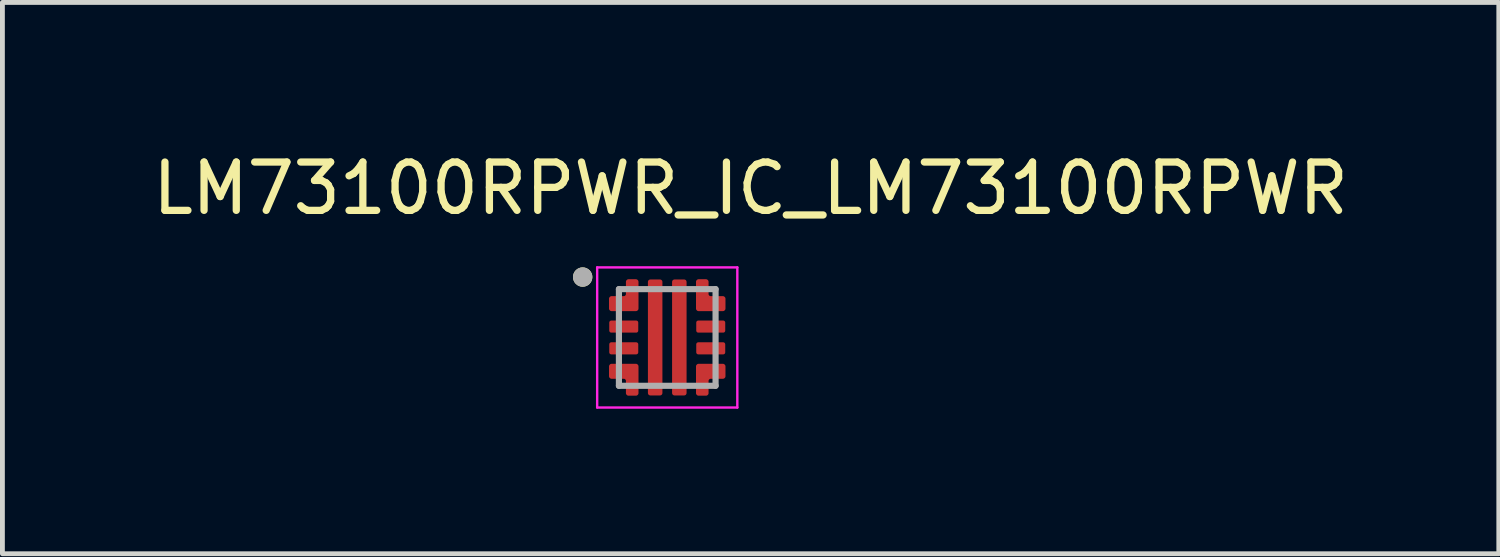
<source format=kicad_pcb>
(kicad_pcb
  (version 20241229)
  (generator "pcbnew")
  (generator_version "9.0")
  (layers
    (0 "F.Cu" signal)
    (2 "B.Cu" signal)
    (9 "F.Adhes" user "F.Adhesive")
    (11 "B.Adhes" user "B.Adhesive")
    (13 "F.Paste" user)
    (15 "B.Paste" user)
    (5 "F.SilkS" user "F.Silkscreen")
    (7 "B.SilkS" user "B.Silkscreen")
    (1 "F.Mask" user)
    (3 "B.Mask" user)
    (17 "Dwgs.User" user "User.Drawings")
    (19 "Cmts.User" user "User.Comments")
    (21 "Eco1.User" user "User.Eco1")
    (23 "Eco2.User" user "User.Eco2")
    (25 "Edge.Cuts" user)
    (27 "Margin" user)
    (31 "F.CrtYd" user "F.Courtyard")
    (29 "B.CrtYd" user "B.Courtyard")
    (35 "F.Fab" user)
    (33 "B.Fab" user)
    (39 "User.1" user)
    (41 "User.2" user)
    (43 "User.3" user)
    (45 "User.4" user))
  (footprint "LM73100RPWR_IC_LM73100RPWR"
    (layer "F.Cu")
    (at 10.757 3.933)
    (property "Reference" "LM73100RPWR_IC_LM73100RPWR" (at 1.725 -3.085 0) (layer "F.SilkS") (effects (font (size 1 1) (thickness 0.15))))
    (attr smd)
    (fp_poly (pts (xy -1.2 -0.4) (xy -0.6 -0.4) (xy -0.597 -0.399) (xy -0.594 -0.398) (xy -0.591 -0.397) (xy -0.588 -0.396) (xy -0.585 -0.395) (xy -0.582 -0.393) (xy -0.579 -0.392) (xy -0.576 -0.39) (xy -0.573 -0.388) (xy -0.571 -0.386) (xy -0.568 -0.383) (xy -0.566 -0.381) (xy -0.564 -0.378) (xy -0.562 -0.376) (xy -0.56 -0.373) (xy -0.558 -0.37) (xy -0.556 -0.367) (xy -0.555 -0.364) (xy -0.553 -0.361) (xy -0.552 -0.358) (xy -0.551 -0.355) (xy -0.55 -0.352) (xy -0.55 -0.349) (xy -0.549 -0.345) (xy -0.549 -0.342) (xy -0.549 -0.339) (xy -0.549 -0.335) (xy -0.549 -0.332) (xy -0.549 -0.329) (xy -0.55 -0.325) (xy -0.55 -0.125) (xy -0.549 -0.121) (xy -0.549 -0.118) (xy -0.549 -0.115) (xy -0.549 -0.111) (xy -0.549 -0.108) (xy -0.549 -0.105) (xy -0.55 -0.101) (xy -0.55 -0.098) (xy -0.551 -0.095) (xy -0.552 -0.092) (xy -0.553 -0.089) (xy -0.555 -0.086) (xy -0.556 -0.083) (xy -0.558 -0.08) (xy -0.56 -0.077) (xy -0.562 -0.074) (xy -0.564 -0.072) (xy -0.566 -0.069) (xy -0.568 -0.067) (xy -0.571 -0.064) (xy -0.573 -0.062) (xy -0.576 -0.06) (xy -0.579 -0.058) (xy -0.582 -0.057) (xy -0.585 -0.055) (xy -0.588 -0.054) (xy -0.591 -0.053) (xy -0.594 -0.052) (xy -0.597 -0.051) (xy -0.6 -0.05) (xy -1.2 -0.05) (xy -1.203 -0.051) (xy -1.206 -0.052) (xy -1.209 -0.053) (xy -1.212 -0.054) (xy -1.215 -0.055) (xy -1.218 -0.057) (xy -1.221 -0.058) (xy -1.224 -0.06) (xy -1.227 -0.062) (xy -1.229 -0.064) (xy -1.232 -0.067) (xy -1.234 -0.069) (xy -1.236 -0.072) (xy -1.238 -0.074) (xy -1.24 -0.077) (xy -1.242 -0.08) (xy -1.244 -0.083) (xy -1.245 -0.086) (xy -1.247 -0.089) (xy -1.248 -0.092) (xy -1.249 -0.095) (xy -1.25 -0.098) (xy -1.25 -0.101) (xy -1.251 -0.105) (xy -1.251 -0.108) (xy -1.251 -0.111) (xy -1.251 -0.115) (xy -1.251 -0.118) (xy -1.251 -0.121) (xy -1.25 -0.125) (xy -1.25 -0.325) (xy -1.251 -0.329) (xy -1.251 -0.332) (xy -1.251 -0.335) (xy -1.251 -0.339) (xy -1.251 -0.342) (xy -1.251 -0.345) (xy -1.25 -0.349) (xy -1.25 -0.352) (xy -1.249 -0.355) (xy -1.248 -0.358) (xy -1.247 -0.361) (xy -1.245 -0.364) (xy -1.244 -0.367) (xy -1.242 -0.37) (xy -1.24 -0.373) (xy -1.238 -0.376) (xy -1.236 -0.378) (xy -1.234 -0.381) (xy -1.232 -0.383) (xy -1.229 -0.386) (xy -1.227 -0.388) (xy -1.224 -0.39) (xy -1.221 -0.392) (xy -1.218 -0.393) (xy -1.215 -0.395) (xy -1.212 -0.396) (xy -1.209 -0.397) (xy -1.206 -0.398) (xy -1.203 -0.399) (xy -1.2 -0.4)) (stroke (width 0.01) (type solid)) (fill yes) (layer "F.Mask"))
    (fp_poly (pts (xy -1.2 0.05) (xy -0.6 0.05) (xy -0.597 0.051) (xy -0.594 0.052) (xy -0.591 0.053) (xy -0.588 0.054) (xy -0.585 0.055) (xy -0.582 0.057) (xy -0.579 0.058) (xy -0.576 0.06) (xy -0.573 0.062) (xy -0.571 0.064) (xy -0.568 0.067) (xy -0.566 0.069) (xy -0.564 0.072) (xy -0.562 0.074) (xy -0.56 0.077) (xy -0.558 0.08) (xy -0.556 0.083) (xy -0.555 0.086) (xy -0.553 0.089) (xy -0.552 0.092) (xy -0.551 0.095) (xy -0.55 0.098) (xy -0.55 0.101) (xy -0.549 0.105) (xy -0.549 0.108) (xy -0.549 0.111) (xy -0.549 0.115) (xy -0.549 0.118) (xy -0.549 0.121) (xy -0.55 0.125) (xy -0.55 0.325) (xy -0.549 0.329) (xy -0.549 0.332) (xy -0.549 0.335) (xy -0.549 0.339) (xy -0.549 0.342) (xy -0.549 0.345) (xy -0.55 0.349) (xy -0.55 0.352) (xy -0.551 0.355) (xy -0.552 0.358) (xy -0.553 0.361) (xy -0.555 0.364) (xy -0.556 0.367) (xy -0.558 0.37) (xy -0.56 0.373) (xy -0.562 0.376) (xy -0.564 0.378) (xy -0.566 0.381) (xy -0.568 0.383) (xy -0.571 0.386) (xy -0.573 0.388) (xy -0.576 0.39) (xy -0.579 0.392) (xy -0.582 0.393) (xy -0.585 0.395) (xy -0.588 0.396) (xy -0.591 0.397) (xy -0.594 0.398) (xy -0.597 0.399) (xy -0.6 0.4) (xy -1.2 0.4) (xy -1.203 0.399) (xy -1.206 0.398) (xy -1.209 0.397) (xy -1.212 0.396) (xy -1.215 0.395) (xy -1.218 0.393) (xy -1.221 0.392) (xy -1.224 0.39) (xy -1.227 0.388) (xy -1.229 0.386) (xy -1.232 0.383) (xy -1.234 0.381) (xy -1.236 0.378) (xy -1.238 0.376) (xy -1.24 0.373) (xy -1.242 0.37) (xy -1.244 0.367) (xy -1.245 0.364) (xy -1.247 0.361) (xy -1.248 0.358) (xy -1.249 0.355) (xy -1.25 0.352) (xy -1.25 0.349) (xy -1.251 0.345) (xy -1.251 0.342) (xy -1.251 0.339) (xy -1.251 0.335) (xy -1.251 0.332) (xy -1.251 0.329) (xy -1.25 0.325) (xy -1.25 0.125) (xy -1.251 0.121) (xy -1.251 0.118) (xy -1.251 0.115) (xy -1.251 0.111) (xy -1.251 0.108) (xy -1.251 0.105) (xy -1.25 0.101) (xy -1.25 0.098) (xy -1.249 0.095) (xy -1.248 0.092) (xy -1.247 0.089) (xy -1.245 0.086) (xy -1.244 0.083) (xy -1.242 0.08) (xy -1.24 0.077) (xy -1.238 0.074) (xy -1.236 0.072) (xy -1.234 0.069) (xy -1.232 0.067) (xy -1.229 0.064) (xy -1.227 0.062) (xy -1.224 0.06) (xy -1.221 0.058) (xy -1.218 0.057) (xy -1.215 0.055) (xy -1.212 0.054) (xy -1.209 0.053) (xy -1.206 0.052) (xy -1.203 0.051) (xy -1.2 0.05)) (stroke (width 0.01) (type solid)) (fill yes) (layer "F.Mask"))
    (fp_poly (pts (xy -0.45 -1.2) (xy -0.45 1.2) (xy -0.45 1.203) (xy -0.45 1.205) (xy -0.449 1.208) (xy -0.449 1.21) (xy -0.448 1.213) (xy -0.448 1.215) (xy -0.447 1.218) (xy -0.446 1.22) (xy -0.445 1.223) (xy -0.443 1.225) (xy -0.442 1.227) (xy -0.44 1.229) (xy -0.439 1.231) (xy -0.437 1.233) (xy -0.435 1.235) (xy -0.433 1.237) (xy -0.431 1.239) (xy -0.429 1.24) (xy -0.427 1.242) (xy -0.425 1.243) (xy -0.423 1.245) (xy -0.42 1.246) (xy -0.418 1.247) (xy -0.415 1.248) (xy -0.413 1.248) (xy -0.41 1.249) (xy -0.408 1.249) (xy -0.405 1.25) (xy -0.403 1.25) (xy -0.4 1.25) (xy -0.1 1.25) (xy -0.097 1.25) (xy -0.095 1.25) (xy -0.092 1.249) (xy -0.09 1.249) (xy -0.087 1.248) (xy -0.085 1.248) (xy -0.082 1.247) (xy -0.08 1.246) (xy -0.077 1.245) (xy -0.075 1.243) (xy -0.073 1.242) (xy -0.071 1.24) (xy -0.069 1.239) (xy -0.067 1.237) (xy -0.065 1.235) (xy -0.063 1.233) (xy -0.061 1.231) (xy -0.06 1.229) (xy -0.058 1.227) (xy -0.057 1.225) (xy -0.055 1.223) (xy -0.054 1.22) (xy -0.053 1.218) (xy -0.052 1.215) (xy -0.052 1.213) (xy -0.051 1.21) (xy -0.051 1.208) (xy -0.05 1.205) (xy -0.05 1.203) (xy -0.05 1.2) (xy -0.05 -1.2) (xy -0.05 -1.203) (xy -0.05 -1.205) (xy -0.051 -1.208) (xy -0.051 -1.21) (xy -0.052 -1.213) (xy -0.052 -1.215) (xy -0.053 -1.218) (xy -0.054 -1.22) (xy -0.055 -1.223) (xy -0.057 -1.225) (xy -0.058 -1.227) (xy -0.06 -1.229) (xy -0.061 -1.231) (xy -0.063 -1.233) (xy -0.065 -1.235) (xy -0.067 -1.237) (xy -0.069 -1.239) (xy -0.071 -1.24) (xy -0.073 -1.242) (xy -0.075 -1.243) (xy -0.077 -1.245) (xy -0.08 -1.246) (xy -0.082 -1.247) (xy -0.085 -1.248) (xy -0.087 -1.248) (xy -0.09 -1.249) (xy -0.092 -1.249) (xy -0.095 -1.25) (xy -0.097 -1.25) (xy -0.1 -1.25) (xy -0.4 -1.25) (xy -0.403 -1.25) (xy -0.405 -1.25) (xy -0.408 -1.249) (xy -0.41 -1.249) (xy -0.413 -1.248) (xy -0.415 -1.248) (xy -0.418 -1.247) (xy -0.42 -1.246) (xy -0.423 -1.245) (xy -0.425 -1.243) (xy -0.427 -1.242) (xy -0.429 -1.24) (xy -0.431 -1.239) (xy -0.433 -1.237) (xy -0.435 -1.235) (xy -0.437 -1.233) (xy -0.439 -1.231) (xy -0.44 -1.229) (xy -0.442 -1.227) (xy -0.443 -1.225) (xy -0.445 -1.223) (xy -0.446 -1.22) (xy -0.447 -1.218) (xy -0.448 -1.215) (xy -0.448 -1.213) (xy -0.449 -1.21) (xy -0.449 -1.208) (xy -0.45 -1.205) (xy -0.45 -1.203) (xy -0.45 -1.2)) (stroke (width 0.01) (type solid)) (fill yes) (layer "F.Mask"))
    (fp_poly (pts (xy 0.05 -1.2) (xy 0.05 1.2) (xy 0.05 1.203) (xy 0.05 1.205) (xy 0.051 1.208) (xy 0.051 1.21) (xy 0.052 1.213) (xy 0.052 1.215) (xy 0.053 1.218) (xy 0.054 1.22) (xy 0.055 1.223) (xy 0.057 1.225) (xy 0.058 1.227) (xy 0.06 1.229) (xy 0.061 1.231) (xy 0.063 1.233) (xy 0.065 1.235) (xy 0.067 1.237) (xy 0.069 1.239) (xy 0.071 1.24) (xy 0.073 1.242) (xy 0.075 1.243) (xy 0.077 1.245) (xy 0.08 1.246) (xy 0.082 1.247) (xy 0.085 1.248) (xy 0.087 1.248) (xy 0.09 1.249) (xy 0.092 1.249) (xy 0.095 1.25) (xy 0.097 1.25) (xy 0.1 1.25) (xy 0.4 1.25) (xy 0.403 1.25) (xy 0.405 1.25) (xy 0.408 1.249) (xy 0.41 1.249) (xy 0.413 1.248) (xy 0.415 1.248) (xy 0.418 1.247) (xy 0.42 1.246) (xy 0.423 1.245) (xy 0.425 1.243) (xy 0.427 1.242) (xy 0.429 1.24) (xy 0.431 1.239) (xy 0.433 1.237) (xy 0.435 1.235) (xy 0.437 1.233) (xy 0.439 1.231) (xy 0.44 1.229) (xy 0.442 1.227) (xy 0.443 1.225) (xy 0.445 1.223) (xy 0.446 1.22) (xy 0.447 1.218) (xy 0.448 1.215) (xy 0.448 1.213) (xy 0.449 1.21) (xy 0.449 1.208) (xy 0.45 1.205) (xy 0.45 1.203) (xy 0.45 1.2) (xy 0.45 -1.2) (xy 0.45 -1.203) (xy 0.45 -1.205) (xy 0.449 -1.208) (xy 0.449 -1.21) (xy 0.448 -1.213) (xy 0.448 -1.215) (xy 0.447 -1.218) (xy 0.446 -1.22) (xy 0.445 -1.223) (xy 0.443 -1.225) (xy 0.442 -1.227) (xy 0.44 -1.229) (xy 0.439 -1.231) (xy 0.437 -1.233) (xy 0.435 -1.235) (xy 0.433 -1.237) (xy 0.431 -1.239) (xy 0.429 -1.24) (xy 0.427 -1.242) (xy 0.425 -1.243) (xy 0.423 -1.245) (xy 0.42 -1.246) (xy 0.418 -1.247) (xy 0.415 -1.248) (xy 0.413 -1.248) (xy 0.41 -1.249) (xy 0.408 -1.249) (xy 0.405 -1.25) (xy 0.403 -1.25) (xy 0.4 -1.25) (xy 0.1 -1.25) (xy 0.097 -1.25) (xy 0.095 -1.25) (xy 0.092 -1.249) (xy 0.09 -1.249) (xy 0.087 -1.248) (xy 0.085 -1.248) (xy 0.082 -1.247) (xy 0.08 -1.246) (xy 0.077 -1.245) (xy 0.075 -1.243) (xy 0.073 -1.242) (xy 0.071 -1.24) (xy 0.069 -1.239) (xy 0.067 -1.237) (xy 0.065 -1.235) (xy 0.063 -1.233) (xy 0.061 -1.231) (xy 0.06 -1.229) (xy 0.058 -1.227) (xy 0.057 -1.225) (xy 0.055 -1.223) (xy 0.054 -1.22) (xy 0.053 -1.218) (xy 0.052 -1.215) (xy 0.052 -1.213) (xy 0.051 -1.21) (xy 0.051 -1.208) (xy 0.05 -1.205) (xy 0.05 -1.203) (xy 0.05 -1.2)) (stroke (width 0.01) (type solid)) (fill yes) (layer "F.Mask"))
    (fp_poly (pts (xy 0.6 -0.4) (xy 1.2 -0.4) (xy 1.203 -0.399) (xy 1.206 -0.398) (xy 1.209 -0.397) (xy 1.212 -0.396) (xy 1.215 -0.395) (xy 1.218 -0.393) (xy 1.221 -0.392) (xy 1.224 -0.39) (xy 1.227 -0.388) (xy 1.229 -0.386) (xy 1.232 -0.383) (xy 1.234 -0.381) (xy 1.236 -0.378) (xy 1.238 -0.376) (xy 1.24 -0.373) (xy 1.242 -0.37) (xy 1.244 -0.367) (xy 1.245 -0.364) (xy 1.247 -0.361) (xy 1.248 -0.358) (xy 1.249 -0.355) (xy 1.25 -0.352) (xy 1.25 -0.349) (xy 1.251 -0.345) (xy 1.251 -0.342) (xy 1.251 -0.339) (xy 1.251 -0.335) (xy 1.251 -0.332) (xy 1.251 -0.329) (xy 1.25 -0.325) (xy 1.25 -0.125) (xy 1.251 -0.121) (xy 1.251 -0.118) (xy 1.251 -0.115) (xy 1.251 -0.111) (xy 1.251 -0.108) (xy 1.251 -0.105) (xy 1.25 -0.101) (xy 1.25 -0.098) (xy 1.249 -0.095) (xy 1.248 -0.092) (xy 1.247 -0.089) (xy 1.245 -0.086) (xy 1.244 -0.083) (xy 1.242 -0.08) (xy 1.24 -0.077) (xy 1.238 -0.074) (xy 1.236 -0.072) (xy 1.234 -0.069) (xy 1.232 -0.067) (xy 1.229 -0.064) (xy 1.227 -0.062) (xy 1.224 -0.06) (xy 1.221 -0.058) (xy 1.218 -0.057) (xy 1.215 -0.055) (xy 1.212 -0.054) (xy 1.209 -0.053) (xy 1.206 -0.052) (xy 1.203 -0.051) (xy 1.2 -0.05) (xy 0.6 -0.05) (xy 0.597 -0.051) (xy 0.594 -0.052) (xy 0.591 -0.053) (xy 0.588 -0.054) (xy 0.585 -0.055) (xy 0.582 -0.057) (xy 0.579 -0.058) (xy 0.576 -0.06) (xy 0.573 -0.062) (xy 0.571 -0.064) (xy 0.568 -0.067) (xy 0.566 -0.069) (xy 0.564 -0.072) (xy 0.562 -0.074) (xy 0.56 -0.077) (xy 0.558 -0.08) (xy 0.556 -0.083) (xy 0.555 -0.086) (xy 0.553 -0.089) (xy 0.552 -0.092) (xy 0.551 -0.095) (xy 0.55 -0.098) (xy 0.55 -0.101) (xy 0.549 -0.105) (xy 0.549 -0.108) (xy 0.549 -0.111) (xy 0.549 -0.115) (xy 0.549 -0.118) (xy 0.549 -0.121) (xy 0.55 -0.125) (xy 0.55 -0.325) (xy 0.549 -0.329) (xy 0.549 -0.332) (xy 0.549 -0.335) (xy 0.549 -0.339) (xy 0.549 -0.342) (xy 0.549 -0.345) (xy 0.55 -0.349) (xy 0.55 -0.352) (xy 0.551 -0.355) (xy 0.552 -0.358) (xy 0.553 -0.361) (xy 0.555 -0.364) (xy 0.556 -0.367) (xy 0.558 -0.37) (xy 0.56 -0.373) (xy 0.562 -0.376) (xy 0.564 -0.378) (xy 0.566 -0.381) (xy 0.568 -0.383) (xy 0.571 -0.386) (xy 0.573 -0.388) (xy 0.576 -0.39) (xy 0.579 -0.392) (xy 0.582 -0.393) (xy 0.585 -0.395) (xy 0.588 -0.396) (xy 0.591 -0.397) (xy 0.594 -0.398) (xy 0.597 -0.399) (xy 0.6 -0.4)) (stroke (width 0.01) (type solid)) (fill yes) (layer "F.Mask"))
    (fp_poly (pts (xy 0.6 0.05) (xy 1.2 0.05) (xy 1.203 0.051) (xy 1.206 0.052) (xy 1.209 0.053) (xy 1.212 0.054) (xy 1.215 0.055) (xy 1.218 0.057) (xy 1.221 0.058) (xy 1.224 0.06) (xy 1.227 0.062) (xy 1.229 0.064) (xy 1.232 0.067) (xy 1.234 0.069) (xy 1.236 0.072) (xy 1.238 0.074) (xy 1.24 0.077) (xy 1.242 0.08) (xy 1.244 0.083) (xy 1.245 0.086) (xy 1.247 0.089) (xy 1.248 0.092) (xy 1.249 0.095) (xy 1.25 0.098) (xy 1.25 0.101) (xy 1.251 0.105) (xy 1.251 0.108) (xy 1.251 0.111) (xy 1.251 0.115) (xy 1.251 0.118) (xy 1.251 0.121) (xy 1.25 0.125) (xy 1.25 0.325) (xy 1.251 0.329) (xy 1.251 0.332) (xy 1.251 0.335) (xy 1.251 0.339) (xy 1.251 0.342) (xy 1.251 0.345) (xy 1.25 0.349) (xy 1.25 0.352) (xy 1.249 0.355) (xy 1.248 0.358) (xy 1.247 0.361) (xy 1.245 0.364) (xy 1.244 0.367) (xy 1.242 0.37) (xy 1.24 0.373) (xy 1.238 0.376) (xy 1.236 0.378) (xy 1.234 0.381) (xy 1.232 0.383) (xy 1.229 0.386) (xy 1.227 0.388) (xy 1.224 0.39) (xy 1.221 0.392) (xy 1.218 0.393) (xy 1.215 0.395) (xy 1.212 0.396) (xy 1.209 0.397) (xy 1.206 0.398) (xy 1.203 0.399) (xy 1.2 0.4) (xy 0.6 0.4) (xy 0.597 0.399) (xy 0.594 0.398) (xy 0.591 0.397) (xy 0.588 0.396) (xy 0.585 0.395) (xy 0.582 0.393) (xy 0.579 0.392) (xy 0.576 0.39) (xy 0.573 0.388) (xy 0.571 0.386) (xy 0.568 0.383) (xy 0.566 0.381) (xy 0.564 0.378) (xy 0.562 0.376) (xy 0.56 0.373) (xy 0.558 0.37) (xy 0.556 0.367) (xy 0.555 0.364) (xy 0.553 0.361) (xy 0.552 0.358) (xy 0.551 0.355) (xy 0.55 0.352) (xy 0.55 0.349) (xy 0.549 0.345) (xy 0.549 0.342) (xy 0.549 0.339) (xy 0.549 0.335) (xy 0.549 0.332) (xy 0.549 0.329) (xy 0.55 0.325) (xy 0.55 0.125) (xy 0.549 0.121) (xy 0.549 0.118) (xy 0.549 0.115) (xy 0.549 0.111) (xy 0.549 0.108) (xy 0.549 0.105) (xy 0.55 0.101) (xy 0.55 0.098) (xy 0.551 0.095) (xy 0.552 0.092) (xy 0.553 0.089) (xy 0.555 0.086) (xy 0.556 0.083) (xy 0.558 0.08) (xy 0.56 0.077) (xy 0.562 0.074) (xy 0.564 0.072) (xy 0.566 0.069) (xy 0.568 0.067) (xy 0.571 0.064) (xy 0.573 0.062) (xy 0.576 0.06) (xy 0.579 0.058) (xy 0.582 0.057) (xy 0.585 0.055) (xy 0.588 0.054) (xy 0.591 0.053) (xy 0.594 0.052) (xy 0.597 0.051) (xy 0.6 0.05)) (stroke (width 0.01) (type solid)) (fill yes) (layer "F.Mask"))
    (fp_poly (pts (xy -1.25 -0.8) (xy -1.25 -0.6) (xy -1.25 -0.595) (xy -1.249 -0.59) (xy -1.249 -0.584) (xy -1.248 -0.579) (xy -1.247 -0.574) (xy -1.245 -0.569) (xy -1.243 -0.564) (xy -1.241 -0.559) (xy -1.239 -0.555) (xy -1.237 -0.55) (xy -1.234 -0.546) (xy -1.231 -0.541) (xy -1.228 -0.537) (xy -1.224 -0.533) (xy -1.221 -0.529) (xy -1.217 -0.526) (xy -1.213 -0.522) (xy -1.209 -0.519) (xy -1.204 -0.516) (xy -1.2 -0.513) (xy -1.195 -0.511) (xy -1.191 -0.509) (xy -1.186 -0.507) (xy -1.181 -0.505) (xy -1.176 -0.503) (xy -1.171 -0.502) (xy -1.166 -0.501) (xy -1.16 -0.501) (xy -1.155 -0.5) (xy -1.15 -0.5) (xy -0.65 -0.5) (xy -0.645 -0.5) (xy -0.64 -0.501) (xy -0.634 -0.501) (xy -0.629 -0.502) (xy -0.624 -0.503) (xy -0.619 -0.505) (xy -0.614 -0.507) (xy -0.609 -0.509) (xy -0.605 -0.511) (xy -0.6 -0.513) (xy -0.596 -0.516) (xy -0.591 -0.519) (xy -0.587 -0.522) (xy -0.583 -0.526) (xy -0.579 -0.529) (xy -0.576 -0.533) (xy -0.572 -0.537) (xy -0.569 -0.541) (xy -0.566 -0.546) (xy -0.563 -0.55) (xy -0.561 -0.555) (xy -0.559 -0.559) (xy -0.557 -0.564) (xy -0.555 -0.569) (xy -0.553 -0.574) (xy -0.552 -0.579) (xy -0.551 -0.584) (xy -0.551 -0.59) (xy -0.55 -0.595) (xy -0.55 -0.6) (xy -0.55 -1.15) (xy -0.55 -1.155) (xy -0.551 -1.16) (xy -0.551 -1.166) (xy -0.552 -1.171) (xy -0.553 -1.176) (xy -0.555 -1.181) (xy -0.557 -1.186) (xy -0.559 -1.191) (xy -0.561 -1.195) (xy -0.563 -1.2) (xy -0.566 -1.204) (xy -0.569 -1.209) (xy -0.572 -1.213) (xy -0.576 -1.217) (xy -0.579 -1.221) (xy -0.583 -1.224) (xy -0.587 -1.228) (xy -0.591 -1.231) (xy -0.596 -1.234) (xy -0.6 -1.237) (xy -0.605 -1.239) (xy -0.609 -1.241) (xy -0.614 -1.243) (xy -0.619 -1.245) (xy -0.624 -1.247) (xy -0.629 -1.248) (xy -0.634 -1.249) (xy -0.64 -1.249) (xy -0.645 -1.25) (xy -0.65 -1.25) (xy -0.8 -1.25) (xy -0.805 -1.25) (xy -0.81 -1.249) (xy -0.816 -1.249) (xy -0.821 -1.248) (xy -0.826 -1.247) (xy -0.831 -1.245) (xy -0.836 -1.243) (xy -0.841 -1.241) (xy -0.845 -1.239) (xy -0.85 -1.237) (xy -0.854 -1.234) (xy -0.859 -1.231) (xy -0.863 -1.228) (xy -0.867 -1.224) (xy -0.871 -1.221) (xy -0.874 -1.217) (xy -0.878 -1.213) (xy -0.881 -1.209) (xy -0.884 -1.204) (xy -0.887 -1.2) (xy -0.889 -1.195) (xy -0.891 -1.191) (xy -0.893 -1.186) (xy -0.895 -1.181) (xy -0.897 -1.176) (xy -0.898 -1.171) (xy -0.899 -1.166) (xy -0.899 -1.16) (xy -0.9 -1.155) (xy -0.9 -1.15) (xy -0.9 -0.95) (xy -0.9 -0.947) (xy -0.9 -0.945) (xy -0.901 -0.942) (xy -0.901 -0.94) (xy -0.902 -0.937) (xy -0.902 -0.935) (xy -0.903 -0.932) (xy -0.904 -0.93) (xy -0.905 -0.927) (xy -0.907 -0.925) (xy -0.908 -0.923) (xy -0.91 -0.921) (xy -0.911 -0.919) (xy -0.913 -0.917) (xy -0.915 -0.915) (xy -0.917 -0.913) (xy -0.919 -0.911) (xy -0.921 -0.91) (xy -0.923 -0.908) (xy -0.925 -0.907) (xy -0.927 -0.905) (xy -0.93 -0.904) (xy -0.932 -0.903) (xy -0.935 -0.902) (xy -0.937 -0.902) (xy -0.94 -0.901) (xy -0.942 -0.901) (xy -0.945 -0.9) (xy -0.947 -0.9) (xy -0.95 -0.9) (xy -1.15 -0.9) (xy -1.155 -0.9) (xy -1.16 -0.899) (xy -1.166 -0.899) (xy -1.171 -0.898) (xy -1.176 -0.897) (xy -1.181 -0.895) (xy -1.186 -0.893) (xy -1.191 -0.891) (xy -1.195 -0.889) (xy -1.2 -0.887) (xy -1.204 -0.884) (xy -1.209 -0.881) (xy -1.213 -0.878) (xy -1.217 -0.874) (xy -1.221 -0.871) (xy -1.224 -0.867) (xy -1.228 -0.863) (xy -1.231 -0.859) (xy -1.234 -0.854) (xy -1.237 -0.85) (xy -1.239 -0.845) (xy -1.241 -0.841) (xy -1.243 -0.836) (xy -1.245 -0.831) (xy -1.247 -0.826) (xy -1.248 -0.821) (xy -1.249 -0.816) (xy -1.249 -0.81) (xy -1.25 -0.805) (xy -1.25 -0.8)) (stroke (width 0.01) (type solid)) (fill yes) (layer "F.Mask"))
    (fp_poly (pts (xy -1.15 0.9) (xy -1.155 0.9) (xy -1.16 0.899) (xy -1.166 0.899) (xy -1.171 0.898) (xy -1.176 0.897) (xy -1.181 0.895) (xy -1.186 0.893) (xy -1.191 0.891) (xy -1.195 0.889) (xy -1.2 0.887) (xy -1.204 0.884) (xy -1.209 0.881) (xy -1.213 0.878) (xy -1.217 0.874) (xy -1.221 0.871) (xy -1.224 0.867) (xy -1.228 0.863) (xy -1.231 0.859) (xy -1.234 0.854) (xy -1.237 0.85) (xy -1.239 0.845) (xy -1.241 0.841) (xy -1.243 0.836) (xy -1.245 0.831) (xy -1.247 0.826) (xy -1.248 0.821) (xy -1.249 0.816) (xy -1.249 0.81) (xy -1.25 0.805) (xy -1.25 0.8) (xy -1.25 0.6) (xy -1.25 0.595) (xy -1.249 0.59) (xy -1.249 0.584) (xy -1.248 0.579) (xy -1.247 0.574) (xy -1.245 0.569) (xy -1.243 0.564) (xy -1.241 0.559) (xy -1.239 0.555) (xy -1.237 0.55) (xy -1.234 0.546) (xy -1.231 0.541) (xy -1.228 0.537) (xy -1.224 0.533) (xy -1.221 0.529) (xy -1.217 0.526) (xy -1.213 0.522) (xy -1.209 0.519) (xy -1.204 0.516) (xy -1.2 0.513) (xy -1.195 0.511) (xy -1.191 0.509) (xy -1.186 0.507) (xy -1.181 0.505) (xy -1.176 0.503) (xy -1.171 0.502) (xy -1.166 0.501) (xy -1.16 0.501) (xy -1.155 0.5) (xy -1.15 0.5) (xy -0.65 0.5) (xy -0.645 0.5) (xy -0.64 0.501) (xy -0.634 0.501) (xy -0.629 0.502) (xy -0.624 0.503) (xy -0.619 0.505) (xy -0.614 0.507) (xy -0.609 0.509) (xy -0.605 0.511) (xy -0.6 0.513) (xy -0.596 0.516) (xy -0.591 0.519) (xy -0.587 0.522) (xy -0.583 0.526) (xy -0.579 0.529) (xy -0.576 0.533) (xy -0.572 0.537) (xy -0.569 0.541) (xy -0.566 0.546) (xy -0.563 0.55) (xy -0.561 0.555) (xy -0.559 0.559) (xy -0.557 0.564) (xy -0.555 0.569) (xy -0.553 0.574) (xy -0.552 0.579) (xy -0.551 0.584) (xy -0.551 0.59) (xy -0.55 0.595) (xy -0.55 0.6) (xy -0.55 1.15) (xy -0.55 1.155) (xy -0.551 1.16) (xy -0.551 1.166) (xy -0.552 1.171) (xy -0.553 1.176) (xy -0.555 1.181) (xy -0.557 1.186) (xy -0.559 1.191) (xy -0.561 1.195) (xy -0.563 1.2) (xy -0.566 1.204) (xy -0.569 1.209) (xy -0.572 1.213) (xy -0.576 1.217) (xy -0.579 1.221) (xy -0.583 1.224) (xy -0.587 1.228) (xy -0.591 1.231) (xy -0.596 1.234) (xy -0.6 1.237) (xy -0.605 1.239) (xy -0.609 1.241) (xy -0.614 1.243) (xy -0.619 1.245) (xy -0.624 1.247) (xy -0.629 1.248) (xy -0.634 1.249) (xy -0.64 1.249) (xy -0.645 1.25) (xy -0.65 1.25) (xy -0.8 1.25) (xy -0.805 1.25) (xy -0.81 1.249) (xy -0.816 1.249) (xy -0.821 1.248) (xy -0.826 1.247) (xy -0.831 1.245) (xy -0.836 1.243) (xy -0.841 1.241) (xy -0.845 1.239) (xy -0.85 1.237) (xy -0.854 1.234) (xy -0.859 1.231) (xy -0.863 1.228) (xy -0.867 1.224) (xy -0.871 1.221) (xy -0.874 1.217) (xy -0.878 1.213) (xy -0.881 1.209) (xy -0.884 1.204) (xy -0.887 1.2) (xy -0.889 1.195) (xy -0.891 1.191) (xy -0.893 1.186) (xy -0.895 1.181) (xy -0.897 1.176) (xy -0.898 1.171) (xy -0.899 1.166) (xy -0.899 1.16) (xy -0.9 1.155) (xy -0.9 1.15) (xy -0.9 0.95) (xy -0.9 0.947) (xy -0.9 0.945) (xy -0.901 0.942) (xy -0.901 0.94) (xy -0.902 0.937) (xy -0.902 0.935) (xy -0.903 0.932) (xy -0.904 0.93) (xy -0.905 0.927) (xy -0.907 0.925) (xy -0.908 0.923) (xy -0.91 0.921) (xy -0.911 0.919) (xy -0.913 0.917) (xy -0.915 0.915) (xy -0.917 0.913) (xy -0.919 0.911) (xy -0.921 0.91) (xy -0.923 0.908) (xy -0.925 0.907) (xy -0.927 0.905) (xy -0.93 0.904) (xy -0.932 0.903) (xy -0.935 0.902) (xy -0.937 0.902) (xy -0.94 0.901) (xy -0.942 0.901) (xy -0.945 0.9) (xy -0.947 0.9) (xy -0.95 0.9) (xy -1.15 0.9)) (stroke (width 0.01) (type solid)) (fill yes) (layer "F.Mask"))
    (fp_poly (pts (xy 0.55 -1.15) (xy 0.55 -0.6) (xy 0.55 -0.595) (xy 0.551 -0.59) (xy 0.551 -0.584) (xy 0.552 -0.579) (xy 0.553 -0.574) (xy 0.555 -0.569) (xy 0.557 -0.564) (xy 0.559 -0.559) (xy 0.561 -0.555) (xy 0.563 -0.55) (xy 0.566 -0.546) (xy 0.569 -0.541) (xy 0.572 -0.537) (xy 0.576 -0.533) (xy 0.579 -0.529) (xy 0.583 -0.526) (xy 0.587 -0.522) (xy 0.591 -0.519) (xy 0.596 -0.516) (xy 0.6 -0.513) (xy 0.605 -0.511) (xy 0.609 -0.509) (xy 0.614 -0.507) (xy 0.619 -0.505) (xy 0.624 -0.503) (xy 0.629 -0.502) (xy 0.634 -0.501) (xy 0.64 -0.501) (xy 0.645 -0.5) (xy 0.65 -0.5) (xy 1.15 -0.5) (xy 1.155 -0.5) (xy 1.16 -0.501) (xy 1.166 -0.501) (xy 1.171 -0.502) (xy 1.176 -0.503) (xy 1.181 -0.505) (xy 1.186 -0.507) (xy 1.191 -0.509) (xy 1.195 -0.511) (xy 1.2 -0.513) (xy 1.204 -0.516) (xy 1.209 -0.519) (xy 1.213 -0.522) (xy 1.217 -0.526) (xy 1.221 -0.529) (xy 1.224 -0.533) (xy 1.228 -0.537) (xy 1.231 -0.541) (xy 1.234 -0.546) (xy 1.237 -0.55) (xy 1.239 -0.555) (xy 1.241 -0.559) (xy 1.243 -0.564) (xy 1.245 -0.569) (xy 1.247 -0.574) (xy 1.248 -0.579) (xy 1.249 -0.584) (xy 1.249 -0.59) (xy 1.25 -0.595) (xy 1.25 -0.6) (xy 1.25 -0.8) (xy 1.25 -0.805) (xy 1.249 -0.81) (xy 1.249 -0.816) (xy 1.248 -0.821) (xy 1.247 -0.826) (xy 1.245 -0.831) (xy 1.243 -0.836) (xy 1.241 -0.841) (xy 1.239 -0.845) (xy 1.237 -0.85) (xy 1.234 -0.854) (xy 1.231 -0.859) (xy 1.228 -0.863) (xy 1.224 -0.867) (xy 1.221 -0.871) (xy 1.217 -0.874) (xy 1.213 -0.878) (xy 1.209 -0.881) (xy 1.204 -0.884) (xy 1.2 -0.887) (xy 1.195 -0.889) (xy 1.191 -0.891) (xy 1.186 -0.893) (xy 1.181 -0.895) (xy 1.176 -0.897) (xy 1.171 -0.898) (xy 1.166 -0.899) (xy 1.16 -0.899) (xy 1.155 -0.9) (xy 1.15 -0.9) (xy 0.95 -0.9) (xy 0.947 -0.9) (xy 0.945 -0.9) (xy 0.942 -0.901) (xy 0.94 -0.901) (xy 0.937 -0.902) (xy 0.935 -0.902) (xy 0.932 -0.903) (xy 0.93 -0.904) (xy 0.927 -0.905) (xy 0.925 -0.907) (xy 0.923 -0.908) (xy 0.921 -0.91) (xy 0.919 -0.911) (xy 0.917 -0.913) (xy 0.915 -0.915) (xy 0.913 -0.917) (xy 0.911 -0.919) (xy 0.91 -0.921) (xy 0.908 -0.923) (xy 0.907 -0.925) (xy 0.905 -0.927) (xy 0.904 -0.93) (xy 0.903 -0.932) (xy 0.902 -0.935) (xy 0.902 -0.937) (xy 0.901 -0.94) (xy 0.901 -0.942) (xy 0.9 -0.945) (xy 0.9 -0.947) (xy 0.9 -0.95) (xy 0.9 -1.15) (xy 0.9 -1.155) (xy 0.899 -1.16) (xy 0.899 -1.166) (xy 0.898 -1.171) (xy 0.897 -1.176) (xy 0.895 -1.181) (xy 0.893 -1.186) (xy 0.891 -1.191) (xy 0.889 -1.195) (xy 0.887 -1.2) (xy 0.884 -1.204) (xy 0.881 -1.209) (xy 0.878 -1.213) (xy 0.874 -1.217) (xy 0.871 -1.221) (xy 0.867 -1.224) (xy 0.863 -1.228) (xy 0.859 -1.231) (xy 0.854 -1.234) (xy 0.85 -1.237) (xy 0.845 -1.239) (xy 0.841 -1.241) (xy 0.836 -1.243) (xy 0.831 -1.245) (xy 0.826 -1.247) (xy 0.821 -1.248) (xy 0.816 -1.249) (xy 0.81 -1.249) (xy 0.805 -1.25) (xy 0.8 -1.25) (xy 0.65 -1.25) (xy 0.645 -1.25) (xy 0.64 -1.249) (xy 0.634 -1.249) (xy 0.629 -1.248) (xy 0.624 -1.247) (xy 0.619 -1.245) (xy 0.614 -1.243) (xy 0.609 -1.241) (xy 0.605 -1.239) (xy 0.6 -1.237) (xy 0.596 -1.234) (xy 0.591 -1.231) (xy 0.587 -1.228) (xy 0.583 -1.224) (xy 0.579 -1.221) (xy 0.576 -1.217) (xy 0.572 -1.213) (xy 0.569 -1.209) (xy 0.566 -1.204) (xy 0.563 -1.2) (xy 0.561 -1.195) (xy 0.559 -1.191) (xy 0.557 -1.186) (xy 0.555 -1.181) (xy 0.553 -1.176) (xy 0.552 -1.171) (xy 0.551 -1.166) (xy 0.551 -1.16) (xy 0.55 -1.155) (xy 0.55 -1.15)) (stroke (width 0.01) (type solid)) (fill yes) (layer "F.Mask"))
    (fp_poly (pts (xy 0.55 0.6) (xy 0.55 1.15) (xy 0.55 1.155) (xy 0.551 1.16) (xy 0.551 1.166) (xy 0.552 1.171) (xy 0.553 1.176) (xy 0.555 1.181) (xy 0.557 1.186) (xy 0.559 1.191) (xy 0.561 1.195) (xy 0.563 1.2) (xy 0.566 1.204) (xy 0.569 1.209) (xy 0.572 1.213) (xy 0.576 1.217) (xy 0.579 1.221) (xy 0.583 1.224) (xy 0.587 1.228) (xy 0.591 1.231) (xy 0.596 1.234) (xy 0.6 1.237) (xy 0.605 1.239) (xy 0.609 1.241) (xy 0.614 1.243) (xy 0.619 1.245) (xy 0.624 1.247) (xy 0.629 1.248) (xy 0.634 1.249) (xy 0.64 1.249) (xy 0.645 1.25) (xy 0.65 1.25) (xy 0.8 1.25) (xy 0.805 1.25) (xy 0.81 1.249) (xy 0.816 1.249) (xy 0.821 1.248) (xy 0.826 1.247) (xy 0.831 1.245) (xy 0.836 1.243) (xy 0.841 1.241) (xy 0.845 1.239) (xy 0.85 1.237) (xy 0.854 1.234) (xy 0.859 1.231) (xy 0.863 1.228) (xy 0.867 1.224) (xy 0.871 1.221) (xy 0.874 1.217) (xy 0.878 1.213) (xy 0.881 1.209) (xy 0.884 1.204) (xy 0.887 1.2) (xy 0.889 1.195) (xy 0.891 1.191) (xy 0.893 1.186) (xy 0.895 1.181) (xy 0.897 1.176) (xy 0.898 1.171) (xy 0.899 1.166) (xy 0.899 1.16) (xy 0.9 1.155) (xy 0.9 1.15) (xy 0.9 0.95) (xy 0.9 0.947) (xy 0.9 0.945) (xy 0.901 0.942) (xy 0.901 0.94) (xy 0.902 0.937) (xy 0.902 0.935) (xy 0.903 0.932) (xy 0.904 0.93) (xy 0.905 0.927) (xy 0.907 0.925) (xy 0.908 0.923) (xy 0.91 0.921) (xy 0.911 0.919) (xy 0.913 0.917) (xy 0.915 0.915) (xy 0.917 0.913) (xy 0.919 0.911) (xy 0.921 0.91) (xy 0.923 0.908) (xy 0.925 0.907) (xy 0.927 0.905) (xy 0.93 0.904) (xy 0.932 0.903) (xy 0.935 0.902) (xy 0.937 0.902) (xy 0.94 0.901) (xy 0.942 0.901) (xy 0.945 0.9) (xy 0.947 0.9) (xy 0.95 0.9) (xy 1.15 0.9) (xy 1.155 0.9) (xy 1.16 0.899) (xy 1.166 0.899) (xy 1.171 0.898) (xy 1.176 0.897) (xy 1.181 0.895) (xy 1.186 0.893) (xy 1.191 0.891) (xy 1.195 0.889) (xy 1.2 0.887) (xy 1.204 0.884) (xy 1.209 0.881) (xy 1.213 0.878) (xy 1.217 0.874) (xy 1.221 0.871) (xy 1.224 0.867) (xy 1.228 0.863) (xy 1.231 0.859) (xy 1.234 0.854) (xy 1.237 0.85) (xy 1.239 0.845) (xy 1.241 0.841) (xy 1.243 0.836) (xy 1.245 0.831) (xy 1.247 0.826) (xy 1.248 0.821) (xy 1.249 0.816) (xy 1.249 0.81) (xy 1.25 0.805) (xy 1.25 0.8) (xy 1.25 0.6) (xy 1.25 0.595) (xy 1.249 0.59) (xy 1.249 0.584) (xy 1.248 0.579) (xy 1.247 0.574) (xy 1.245 0.569) (xy 1.243 0.564) (xy 1.241 0.559) (xy 1.239 0.555) (xy 1.237 0.55) (xy 1.234 0.546) (xy 1.231 0.541) (xy 1.228 0.537) (xy 1.224 0.533) (xy 1.221 0.529) (xy 1.217 0.526) (xy 1.213 0.522) (xy 1.209 0.519) (xy 1.204 0.516) (xy 1.2 0.513) (xy 1.195 0.511) (xy 1.191 0.509) (xy 1.186 0.507) (xy 1.181 0.505) (xy 1.176 0.503) (xy 1.171 0.502) (xy 1.166 0.501) (xy 1.16 0.501) (xy 1.155 0.5) (xy 1.15 0.5) (xy 0.65 0.5) (xy 0.645 0.5) (xy 0.64 0.501) (xy 0.634 0.501) (xy 0.629 0.502) (xy 0.624 0.503) (xy 0.619 0.505) (xy 0.614 0.507) (xy 0.609 0.509) (xy 0.605 0.511) (xy 0.6 0.513) (xy 0.596 0.516) (xy 0.591 0.519) (xy 0.587 0.522) (xy 0.583 0.526) (xy 0.579 0.529) (xy 0.576 0.533) (xy 0.572 0.537) (xy 0.569 0.541) (xy 0.566 0.546) (xy 0.563 0.55) (xy 0.561 0.555) (xy 0.559 0.559) (xy 0.557 0.564) (xy 0.555 0.569) (xy 0.553 0.574) (xy 0.552 0.579) (xy 0.551 0.584) (xy 0.551 0.59) (xy 0.55 0.595) (xy 0.55 0.6)) (stroke (width 0.01) (type solid)) (fill yes) (layer "F.Mask"))
    (fp_circle (center -1.75 -1.25) (end -1.65 -1.25) (stroke (width 0.2) (type solid)) (fill no) (layer "F.SilkS"))
    (fp_poly (pts (xy -0.39 -1.11) (xy -0.39 -0.15) (xy -0.39 -0.147) (xy -0.39 -0.145) (xy -0.389 -0.142) (xy -0.389 -0.14) (xy -0.388 -0.137) (xy -0.388 -0.135) (xy -0.387 -0.132) (xy -0.386 -0.13) (xy -0.385 -0.127) (xy -0.383 -0.125) (xy -0.382 -0.123) (xy -0.38 -0.121) (xy -0.379 -0.119) (xy -0.377 -0.117) (xy -0.375 -0.115) (xy -0.373 -0.113) (xy -0.371 -0.111) (xy -0.369 -0.11) (xy -0.367 -0.108) (xy -0.365 -0.107) (xy -0.363 -0.105) (xy -0.36 -0.104) (xy -0.358 -0.103) (xy -0.355 -0.102) (xy -0.353 -0.102) (xy -0.35 -0.101) (xy -0.348 -0.101) (xy -0.345 -0.1) (xy -0.343 -0.1) (xy -0.34 -0.1) (xy -0.16 -0.1) (xy -0.157 -0.1) (xy -0.155 -0.1) (xy -0.152 -0.101) (xy -0.15 -0.101) (xy -0.147 -0.102) (xy -0.145 -0.102) (xy -0.142 -0.103) (xy -0.14 -0.104) (xy -0.137 -0.105) (xy -0.135 -0.107) (xy -0.133 -0.108) (xy -0.131 -0.11) (xy -0.129 -0.111) (xy -0.127 -0.113) (xy -0.125 -0.115) (xy -0.123 -0.117) (xy -0.121 -0.119) (xy -0.12 -0.121) (xy -0.118 -0.123) (xy -0.117 -0.125) (xy -0.115 -0.127) (xy -0.114 -0.13) (xy -0.113 -0.132) (xy -0.112 -0.135) (xy -0.112 -0.137) (xy -0.111 -0.14) (xy -0.111 -0.142) (xy -0.11 -0.145) (xy -0.11 -0.147) (xy -0.11 -0.15) (xy -0.11 -1.11) (xy -0.11 -1.113) (xy -0.11 -1.115) (xy -0.111 -1.118) (xy -0.111 -1.12) (xy -0.112 -1.123) (xy -0.112 -1.125) (xy -0.113 -1.128) (xy -0.114 -1.13) (xy -0.115 -1.133) (xy -0.117 -1.135) (xy -0.118 -1.137) (xy -0.12 -1.139) (xy -0.121 -1.141) (xy -0.123 -1.143) (xy -0.125 -1.145) (xy -0.127 -1.147) (xy -0.129 -1.149) (xy -0.131 -1.15) (xy -0.133 -1.152) (xy -0.135 -1.153) (xy -0.137 -1.155) (xy -0.14 -1.156) (xy -0.142 -1.157) (xy -0.145 -1.158) (xy -0.147 -1.158) (xy -0.15 -1.159) (xy -0.152 -1.159) (xy -0.155 -1.16) (xy -0.157 -1.16) (xy -0.16 -1.16) (xy -0.34 -1.16) (xy -0.343 -1.16) (xy -0.345 -1.16) (xy -0.348 -1.159) (xy -0.35 -1.159) (xy -0.353 -1.158) (xy -0.355 -1.158) (xy -0.358 -1.157) (xy -0.36 -1.156) (xy -0.363 -1.155) (xy -0.365 -1.153) (xy -0.367 -1.152) (xy -0.369 -1.15) (xy -0.371 -1.149) (xy -0.373 -1.147) (xy -0.375 -1.145) (xy -0.377 -1.143) (xy -0.379 -1.141) (xy -0.38 -1.139) (xy -0.382 -1.137) (xy -0.383 -1.135) (xy -0.385 -1.133) (xy -0.386 -1.13) (xy -0.387 -1.128) (xy -0.388 -1.125) (xy -0.388 -1.123) (xy -0.389 -1.12) (xy -0.389 -1.118) (xy -0.39 -1.115) (xy -0.39 -1.113) (xy -0.39 -1.11)) (stroke (width 0.01) (type solid)) (fill yes) (layer "F.Paste"))
    (fp_poly (pts (xy -0.39 0.15) (xy -0.39 1.11) (xy -0.39 1.113) (xy -0.39 1.115) (xy -0.389 1.118) (xy -0.389 1.12) (xy -0.388 1.123) (xy -0.388 1.125) (xy -0.387 1.128) (xy -0.386 1.13) (xy -0.385 1.133) (xy -0.383 1.135) (xy -0.382 1.137) (xy -0.38 1.139) (xy -0.379 1.141) (xy -0.377 1.143) (xy -0.375 1.145) (xy -0.373 1.147) (xy -0.371 1.149) (xy -0.369 1.15) (xy -0.367 1.152) (xy -0.365 1.153) (xy -0.363 1.155) (xy -0.36 1.156) (xy -0.358 1.157) (xy -0.355 1.158) (xy -0.353 1.158) (xy -0.35 1.159) (xy -0.348 1.159) (xy -0.345 1.16) (xy -0.343 1.16) (xy -0.34 1.16) (xy -0.16 1.16) (xy -0.157 1.16) (xy -0.155 1.16) (xy -0.152 1.159) (xy -0.15 1.159) (xy -0.147 1.158) (xy -0.145 1.158) (xy -0.142 1.157) (xy -0.14 1.156) (xy -0.137 1.155) (xy -0.135 1.153) (xy -0.133 1.152) (xy -0.131 1.15) (xy -0.129 1.149) (xy -0.127 1.147) (xy -0.125 1.145) (xy -0.123 1.143) (xy -0.121 1.141) (xy -0.12 1.139) (xy -0.118 1.137) (xy -0.117 1.135) (xy -0.115 1.133) (xy -0.114 1.13) (xy -0.113 1.128) (xy -0.112 1.125) (xy -0.112 1.123) (xy -0.111 1.12) (xy -0.111 1.118) (xy -0.11 1.115) (xy -0.11 1.113) (xy -0.11 1.11) (xy -0.11 0.15) (xy -0.11 0.147) (xy -0.11 0.145) (xy -0.111 0.142) (xy -0.111 0.14) (xy -0.112 0.137) (xy -0.112 0.135) (xy -0.113 0.132) (xy -0.114 0.13) (xy -0.115 0.127) (xy -0.117 0.125) (xy -0.118 0.123) (xy -0.12 0.121) (xy -0.121 0.119) (xy -0.123 0.117) (xy -0.125 0.115) (xy -0.127 0.113) (xy -0.129 0.111) (xy -0.131 0.11) (xy -0.133 0.108) (xy -0.135 0.107) (xy -0.137 0.105) (xy -0.14 0.104) (xy -0.142 0.103) (xy -0.145 0.102) (xy -0.147 0.102) (xy -0.15 0.101) (xy -0.152 0.101) (xy -0.155 0.1) (xy -0.157 0.1) (xy -0.16 0.1) (xy -0.34 0.1) (xy -0.343 0.1) (xy -0.345 0.1) (xy -0.348 0.101) (xy -0.35 0.101) (xy -0.353 0.102) (xy -0.355 0.102) (xy -0.358 0.103) (xy -0.36 0.104) (xy -0.363 0.105) (xy -0.365 0.107) (xy -0.367 0.108) (xy -0.369 0.11) (xy -0.371 0.111) (xy -0.373 0.113) (xy -0.375 0.115) (xy -0.377 0.117) (xy -0.379 0.119) (xy -0.38 0.121) (xy -0.382 0.123) (xy -0.383 0.125) (xy -0.385 0.127) (xy -0.386 0.13) (xy -0.387 0.132) (xy -0.388 0.135) (xy -0.388 0.137) (xy -0.389 0.14) (xy -0.389 0.142) (xy -0.39 0.145) (xy -0.39 0.147) (xy -0.39 0.15)) (stroke (width 0.01) (type solid)) (fill yes) (layer "F.Paste"))
    (fp_poly (pts (xy 0.16 -0.1) (xy 0.157 -0.1) (xy 0.155 -0.1) (xy 0.152 -0.101) (xy 0.15 -0.101) (xy 0.147 -0.102) (xy 0.145 -0.102) (xy 0.142 -0.103) (xy 0.14 -0.104) (xy 0.137 -0.105) (xy 0.135 -0.107) (xy 0.133 -0.108) (xy 0.131 -0.11) (xy 0.129 -0.111) (xy 0.127 -0.113) (xy 0.125 -0.115) (xy 0.123 -0.117) (xy 0.121 -0.119) (xy 0.12 -0.121) (xy 0.118 -0.123) (xy 0.117 -0.125) (xy 0.115 -0.127) (xy 0.114 -0.13) (xy 0.113 -0.132) (xy 0.112 -0.135) (xy 0.112 -0.137) (xy 0.111 -0.14) (xy 0.111 -0.142) (xy 0.11 -0.145) (xy 0.11 -0.147) (xy 0.11 -0.15) (xy 0.11 -1.11) (xy 0.11 -1.113) (xy 0.11 -1.115) (xy 0.111 -1.118) (xy 0.111 -1.12) (xy 0.112 -1.123) (xy 0.112 -1.125) (xy 0.113 -1.128) (xy 0.114 -1.13) (xy 0.115 -1.133) (xy 0.117 -1.135) (xy 0.118 -1.137) (xy 0.12 -1.139) (xy 0.121 -1.141) (xy 0.123 -1.143) (xy 0.125 -1.145) (xy 0.127 -1.147) (xy 0.129 -1.149) (xy 0.131 -1.15) (xy 0.133 -1.152) (xy 0.135 -1.153) (xy 0.137 -1.155) (xy 0.14 -1.156) (xy 0.142 -1.157) (xy 0.145 -1.158) (xy 0.147 -1.158) (xy 0.15 -1.159) (xy 0.152 -1.159) (xy 0.155 -1.16) (xy 0.157 -1.16) (xy 0.16 -1.16) (xy 0.34 -1.16) (xy 0.343 -1.16) (xy 0.345 -1.16) (xy 0.348 -1.159) (xy 0.35 -1.159) (xy 0.353 -1.158) (xy 0.355 -1.158) (xy 0.358 -1.157) (xy 0.36 -1.156) (xy 0.363 -1.155) (xy 0.365 -1.153) (xy 0.367 -1.152) (xy 0.369 -1.15) (xy 0.371 -1.149) (xy 0.373 -1.147) (xy 0.375 -1.145) (xy 0.377 -1.143) (xy 0.379 -1.141) (xy 0.38 -1.139) (xy 0.382 -1.137) (xy 0.383 -1.135) (xy 0.385 -1.133) (xy 0.386 -1.13) (xy 0.387 -1.128) (xy 0.388 -1.125) (xy 0.388 -1.123) (xy 0.389 -1.12) (xy 0.389 -1.118) (xy 0.39 -1.115) (xy 0.39 -1.113) (xy 0.39 -1.11) (xy 0.39 -0.15) (xy 0.39 -0.147) (xy 0.39 -0.145) (xy 0.389 -0.142) (xy 0.389 -0.14) (xy 0.388 -0.137) (xy 0.388 -0.135) (xy 0.387 -0.132) (xy 0.386 -0.13) (xy 0.385 -0.127) (xy 0.383 -0.125) (xy 0.382 -0.123) (xy 0.38 -0.121) (xy 0.379 -0.119) (xy 0.377 -0.117) (xy 0.375 -0.115) (xy 0.373 -0.113) (xy 0.371 -0.111) (xy 0.369 -0.11) (xy 0.367 -0.108) (xy 0.365 -0.107) (xy 0.363 -0.105) (xy 0.36 -0.104) (xy 0.358 -0.103) (xy 0.355 -0.102) (xy 0.353 -0.102) (xy 0.35 -0.101) (xy 0.348 -0.101) (xy 0.345 -0.1) (xy 0.343 -0.1) (xy 0.34 -0.1) (xy 0.16 -0.1)) (stroke (width 0.01) (type solid)) (fill yes) (layer "F.Paste"))
    (fp_poly (pts (xy 0.16 1.16) (xy 0.157 1.16) (xy 0.155 1.16) (xy 0.152 1.159) (xy 0.15 1.159) (xy 0.147 1.158) (xy 0.145 1.158) (xy 0.142 1.157) (xy 0.14 1.156) (xy 0.137 1.155) (xy 0.135 1.153) (xy 0.133 1.152) (xy 0.131 1.15) (xy 0.129 1.149) (xy 0.127 1.147) (xy 0.125 1.145) (xy 0.123 1.143) (xy 0.121 1.141) (xy 0.12 1.139) (xy 0.118 1.137) (xy 0.117 1.135) (xy 0.115 1.133) (xy 0.114 1.13) (xy 0.113 1.128) (xy 0.112 1.125) (xy 0.112 1.123) (xy 0.111 1.12) (xy 0.111 1.118) (xy 0.11 1.115) (xy 0.11 1.113) (xy 0.11 1.11) (xy 0.11 0.15) (xy 0.11 0.147) (xy 0.11 0.145) (xy 0.111 0.142) (xy 0.111 0.14) (xy 0.112 0.137) (xy 0.112 0.135) (xy 0.113 0.132) (xy 0.114 0.13) (xy 0.115 0.127) (xy 0.117 0.125) (xy 0.118 0.123) (xy 0.12 0.121) (xy 0.121 0.119) (xy 0.123 0.117) (xy 0.125 0.115) (xy 0.127 0.113) (xy 0.129 0.111) (xy 0.131 0.11) (xy 0.133 0.108) (xy 0.135 0.107) (xy 0.137 0.105) (xy 0.14 0.104) (xy 0.142 0.103) (xy 0.145 0.102) (xy 0.147 0.102) (xy 0.15 0.101) (xy 0.152 0.101) (xy 0.155 0.1) (xy 0.157 0.1) (xy 0.16 0.1) (xy 0.34 0.1) (xy 0.343 0.1) (xy 0.345 0.1) (xy 0.348 0.101) (xy 0.35 0.101) (xy 0.353 0.102) (xy 0.355 0.102) (xy 0.358 0.103) (xy 0.36 0.104) (xy 0.363 0.105) (xy 0.365 0.107) (xy 0.367 0.108) (xy 0.369 0.11) (xy 0.371 0.111) (xy 0.373 0.113) (xy 0.375 0.115) (xy 0.377 0.117) (xy 0.379 0.119) (xy 0.38 0.121) (xy 0.382 0.123) (xy 0.383 0.125) (xy 0.385 0.127) (xy 0.386 0.13) (xy 0.387 0.132) (xy 0.388 0.135) (xy 0.388 0.137) (xy 0.389 0.14) (xy 0.389 0.142) (xy 0.39 0.145) (xy 0.39 0.147) (xy 0.39 0.15) (xy 0.39 1.11) (xy 0.39 1.113) (xy 0.39 1.115) (xy 0.389 1.118) (xy 0.389 1.12) (xy 0.388 1.123) (xy 0.388 1.125) (xy 0.387 1.128) (xy 0.386 1.13) (xy 0.385 1.133) (xy 0.383 1.135) (xy 0.382 1.137) (xy 0.38 1.139) (xy 0.379 1.141) (xy 0.377 1.143) (xy 0.375 1.145) (xy 0.373 1.147) (xy 0.371 1.149) (xy 0.369 1.15) (xy 0.367 1.152) (xy 0.365 1.153) (xy 0.363 1.155) (xy 0.36 1.156) (xy 0.358 1.157) (xy 0.355 1.158) (xy 0.353 1.158) (xy 0.35 1.159) (xy 0.348 1.159) (xy 0.345 1.16) (xy 0.343 1.16) (xy 0.34 1.16) (xy 0.16 1.16)) (stroke (width 0.01) (type solid)) (fill yes) (layer "F.Paste"))
    (fp_poly (pts (xy -1.15 -0.55) (xy -1.153 -0.55) (xy -1.155 -0.55) (xy -1.158 -0.551) (xy -1.16 -0.551) (xy -1.163 -0.552) (xy -1.165 -0.552) (xy -1.168 -0.553) (xy -1.17 -0.554) (xy -1.173 -0.555) (xy -1.175 -0.557) (xy -1.177 -0.558) (xy -1.179 -0.56) (xy -1.181 -0.561) (xy -1.183 -0.563) (xy -1.185 -0.565) (xy -1.187 -0.567) (xy -1.189 -0.569) (xy -1.19 -0.571) (xy -1.192 -0.573) (xy -1.193 -0.575) (xy -1.195 -0.577) (xy -1.196 -0.58) (xy -1.197 -0.582) (xy -1.198 -0.585) (xy -1.198 -0.587) (xy -1.199 -0.59) (xy -1.199 -0.592) (xy -1.2 -0.595) (xy -1.2 -0.597) (xy -1.2 -0.6) (xy -1.2 -0.775) (xy -1.2 -0.778) (xy -1.2 -0.78) (xy -1.199 -0.783) (xy -1.199 -0.785) (xy -1.198 -0.788) (xy -1.198 -0.79) (xy -1.197 -0.793) (xy -1.196 -0.795) (xy -1.195 -0.798) (xy -1.193 -0.8) (xy -1.192 -0.802) (xy -1.19 -0.804) (xy -1.189 -0.806) (xy -1.187 -0.808) (xy -1.185 -0.81) (xy -1.183 -0.812) (xy -1.181 -0.814) (xy -1.179 -0.815) (xy -1.177 -0.817) (xy -1.175 -0.818) (xy -1.173 -0.82) (xy -1.17 -0.821) (xy -1.168 -0.822) (xy -1.165 -0.823) (xy -1.163 -0.823) (xy -1.16 -0.824) (xy -1.158 -0.824) (xy -1.155 -0.825) (xy -1.153 -0.825) (xy -1.15 -0.825) (xy -0.875 -0.825) (xy -0.872 -0.825) (xy -0.87 -0.825) (xy -0.867 -0.826) (xy -0.865 -0.826) (xy -0.862 -0.827) (xy -0.86 -0.827) (xy -0.857 -0.828) (xy -0.855 -0.829) (xy -0.852 -0.83) (xy -0.85 -0.832) (xy -0.848 -0.833) (xy -0.846 -0.835) (xy -0.844 -0.836) (xy -0.842 -0.838) (xy -0.84 -0.84) (xy -0.838 -0.842) (xy -0.836 -0.844) (xy -0.835 -0.846) (xy -0.833 -0.848) (xy -0.832 -0.85) (xy -0.83 -0.852) (xy -0.829 -0.855) (xy -0.828 -0.857) (xy -0.827 -0.86) (xy -0.827 -0.862) (xy -0.826 -0.865) (xy -0.826 -0.867) (xy -0.825 -0.87) (xy -0.825 -0.872) (xy -0.825 -0.875) (xy -0.825 -1.15) (xy -0.825 -1.153) (xy -0.825 -1.155) (xy -0.824 -1.158) (xy -0.824 -1.16) (xy -0.823 -1.163) (xy -0.823 -1.165) (xy -0.822 -1.168) (xy -0.821 -1.17) (xy -0.82 -1.173) (xy -0.818 -1.175) (xy -0.817 -1.177) (xy -0.815 -1.179) (xy -0.814 -1.181) (xy -0.812 -1.183) (xy -0.81 -1.185) (xy -0.808 -1.187) (xy -0.806 -1.189) (xy -0.804 -1.19) (xy -0.802 -1.192) (xy -0.8 -1.193) (xy -0.798 -1.195) (xy -0.795 -1.196) (xy -0.793 -1.197) (xy -0.79 -1.198) (xy -0.788 -1.198) (xy -0.785 -1.199) (xy -0.783 -1.199) (xy -0.78 -1.2) (xy -0.778 -1.2) (xy -0.775 -1.2) (xy -0.65 -1.2) (xy -0.647 -1.2) (xy -0.645 -1.2) (xy -0.642 -1.199) (xy -0.64 -1.199) (xy -0.637 -1.198) (xy -0.635 -1.198) (xy -0.632 -1.197) (xy -0.63 -1.196) (xy -0.627 -1.195) (xy -0.625 -1.193) (xy -0.623 -1.192) (xy -0.621 -1.19) (xy -0.619 -1.189) (xy -0.617 -1.187) (xy -0.615 -1.185) (xy -0.613 -1.183) (xy -0.611 -1.181) (xy -0.61 -1.179) (xy -0.608 -1.177) (xy -0.607 -1.175) (xy -0.605 -1.173) (xy -0.604 -1.17) (xy -0.603 -1.168) (xy -0.602 -1.165) (xy -0.602 -1.163) (xy -0.601 -1.16) (xy -0.601 -1.158) (xy -0.6 -1.155) (xy -0.6 -1.153) (xy -0.6 -1.15) (xy -0.6 -0.6) (xy -0.6 -0.597) (xy -0.6 -0.595) (xy -0.601 -0.592) (xy -0.601 -0.59) (xy -0.602 -0.587) (xy -0.602 -0.585) (xy -0.603 -0.582) (xy -0.604 -0.58) (xy -0.605 -0.577) (xy -0.607 -0.575) (xy -0.608 -0.573) (xy -0.61 -0.571) (xy -0.611 -0.569) (xy -0.613 -0.567) (xy -0.615 -0.565) (xy -0.617 -0.563) (xy -0.619 -0.561) (xy -0.621 -0.56) (xy -0.623 -0.558) (xy -0.625 -0.557) (xy -0.627 -0.555) (xy -0.63 -0.554) (xy -0.632 -0.553) (xy -0.635 -0.552) (xy -0.637 -0.552) (xy -0.64 -0.551) (xy -0.642 -0.551) (xy -0.645 -0.55) (xy -0.647 -0.55) (xy -0.65 -0.55) (xy -1.15 -0.55)) (stroke (width 0.01) (type solid)) (fill yes) (layer "F.Paste"))
    (fp_poly (pts (xy -1.15 0.825) (xy -1.153 0.825) (xy -1.155 0.825) (xy -1.158 0.824) (xy -1.16 0.824) (xy -1.163 0.823) (xy -1.165 0.823) (xy -1.168 0.822) (xy -1.17 0.821) (xy -1.173 0.82) (xy -1.175 0.818) (xy -1.177 0.817) (xy -1.179 0.815) (xy -1.181 0.814) (xy -1.183 0.812) (xy -1.185 0.81) (xy -1.187 0.808) (xy -1.189 0.806) (xy -1.19 0.804) (xy -1.192 0.802) (xy -1.193 0.8) (xy -1.195 0.798) (xy -1.196 0.795) (xy -1.197 0.793) (xy -1.198 0.79) (xy -1.198 0.788) (xy -1.199 0.785) (xy -1.199 0.783) (xy -1.2 0.78) (xy -1.2 0.778) (xy -1.2 0.775) (xy -1.2 0.6) (xy -1.2 0.597) (xy -1.2 0.595) (xy -1.199 0.592) (xy -1.199 0.59) (xy -1.198 0.587) (xy -1.198 0.585) (xy -1.197 0.582) (xy -1.196 0.58) (xy -1.195 0.577) (xy -1.193 0.575) (xy -1.192 0.573) (xy -1.19 0.571) (xy -1.189 0.569) (xy -1.187 0.567) (xy -1.185 0.565) (xy -1.183 0.563) (xy -1.181 0.561) (xy -1.179 0.56) (xy -1.177 0.558) (xy -1.175 0.557) (xy -1.173 0.555) (xy -1.17 0.554) (xy -1.168 0.553) (xy -1.165 0.552) (xy -1.163 0.552) (xy -1.16 0.551) (xy -1.158 0.551) (xy -1.155 0.55) (xy -1.153 0.55) (xy -1.15 0.55) (xy -0.65 0.55) (xy -0.647 0.55) (xy -0.645 0.55) (xy -0.642 0.551) (xy -0.64 0.551) (xy -0.637 0.552) (xy -0.635 0.552) (xy -0.632 0.553) (xy -0.63 0.554) (xy -0.627 0.555) (xy -0.625 0.557) (xy -0.623 0.558) (xy -0.621 0.56) (xy -0.619 0.561) (xy -0.617 0.563) (xy -0.615 0.565) (xy -0.613 0.567) (xy -0.611 0.569) (xy -0.61 0.571) (xy -0.608 0.573) (xy -0.607 0.575) (xy -0.605 0.577) (xy -0.604 0.58) (xy -0.603 0.582) (xy -0.602 0.585) (xy -0.602 0.587) (xy -0.601 0.59) (xy -0.601 0.592) (xy -0.6 0.595) (xy -0.6 0.597) (xy -0.6 0.6) (xy -0.6 1.15) (xy -0.6 1.153) (xy -0.6 1.155) (xy -0.601 1.158) (xy -0.601 1.16) (xy -0.602 1.163) (xy -0.602 1.165) (xy -0.603 1.168) (xy -0.604 1.17) (xy -0.605 1.173) (xy -0.607 1.175) (xy -0.608 1.177) (xy -0.61 1.179) (xy -0.611 1.181) (xy -0.613 1.183) (xy -0.615 1.185) (xy -0.617 1.187) (xy -0.619 1.189) (xy -0.621 1.19) (xy -0.623 1.192) (xy -0.625 1.193) (xy -0.627 1.195) (xy -0.63 1.196) (xy -0.632 1.197) (xy -0.635 1.198) (xy -0.637 1.198) (xy -0.64 1.199) (xy -0.642 1.199) (xy -0.645 1.2) (xy -0.647 1.2) (xy -0.65 1.2) (xy -0.775 1.2) (xy -0.778 1.2) (xy -0.78 1.2) (xy -0.783 1.199) (xy -0.785 1.199) (xy -0.788 1.198) (xy -0.79 1.198) (xy -0.793 1.197) (xy -0.795 1.196) (xy -0.798 1.195) (xy -0.8 1.193) (xy -0.802 1.192) (xy -0.804 1.19) (xy -0.806 1.189) (xy -0.808 1.187) (xy -0.81 1.185) (xy -0.812 1.183) (xy -0.814 1.181) (xy -0.815 1.179) (xy -0.817 1.177) (xy -0.818 1.175) (xy -0.82 1.173) (xy -0.821 1.17) (xy -0.822 1.168) (xy -0.823 1.165) (xy -0.823 1.163) (xy -0.824 1.16) (xy -0.824 1.158) (xy -0.825 1.155) (xy -0.825 1.153) (xy -0.825 1.15) (xy -0.825 0.875) (xy -0.825 0.872) (xy -0.825 0.87) (xy -0.826 0.867) (xy -0.826 0.865) (xy -0.827 0.862) (xy -0.827 0.86) (xy -0.828 0.857) (xy -0.829 0.855) (xy -0.83 0.852) (xy -0.832 0.85) (xy -0.833 0.848) (xy -0.835 0.846) (xy -0.836 0.844) (xy -0.838 0.842) (xy -0.84 0.84) (xy -0.842 0.838) (xy -0.844 0.836) (xy -0.846 0.835) (xy -0.848 0.833) (xy -0.85 0.832) (xy -0.852 0.83) (xy -0.855 0.829) (xy -0.857 0.828) (xy -0.86 0.827) (xy -0.862 0.827) (xy -0.865 0.826) (xy -0.867 0.826) (xy -0.87 0.825) (xy -0.872 0.825) (xy -0.875 0.825) (xy -1.15 0.825)) (stroke (width 0.01) (type solid)) (fill yes) (layer "F.Paste"))
    (fp_poly (pts (xy 0.6 -1.15) (xy 0.6 -0.6) (xy 0.6 -0.597) (xy 0.6 -0.595) (xy 0.601 -0.592) (xy 0.601 -0.59) (xy 0.602 -0.587) (xy 0.602 -0.585) (xy 0.603 -0.582) (xy 0.604 -0.58) (xy 0.605 -0.577) (xy 0.607 -0.575) (xy 0.608 -0.573) (xy 0.61 -0.571) (xy 0.611 -0.569) (xy 0.613 -0.567) (xy 0.615 -0.565) (xy 0.617 -0.563) (xy 0.619 -0.561) (xy 0.621 -0.56) (xy 0.623 -0.558) (xy 0.625 -0.557) (xy 0.627 -0.555) (xy 0.63 -0.554) (xy 0.632 -0.553) (xy 0.635 -0.552) (xy 0.637 -0.552) (xy 0.64 -0.551) (xy 0.642 -0.551) (xy 0.645 -0.55) (xy 0.647 -0.55) (xy 0.65 -0.55) (xy 1.15 -0.55) (xy 1.153 -0.55) (xy 1.155 -0.55) (xy 1.158 -0.551) (xy 1.16 -0.551) (xy 1.163 -0.552) (xy 1.165 -0.552) (xy 1.168 -0.553) (xy 1.17 -0.554) (xy 1.173 -0.555) (xy 1.175 -0.557) (xy 1.177 -0.558) (xy 1.179 -0.56) (xy 1.181 -0.561) (xy 1.183 -0.563) (xy 1.185 -0.565) (xy 1.187 -0.567) (xy 1.189 -0.569) (xy 1.19 -0.571) (xy 1.192 -0.573) (xy 1.193 -0.575) (xy 1.195 -0.577) (xy 1.196 -0.58) (xy 1.197 -0.582) (xy 1.198 -0.585) (xy 1.198 -0.587) (xy 1.199 -0.59) (xy 1.199 -0.592) (xy 1.2 -0.595) (xy 1.2 -0.597) (xy 1.2 -0.6) (xy 1.2 -0.775) (xy 1.2 -0.778) (xy 1.2 -0.78) (xy 1.199 -0.783) (xy 1.199 -0.785) (xy 1.198 -0.788) (xy 1.198 -0.79) (xy 1.197 -0.793) (xy 1.196 -0.795) (xy 1.195 -0.798) (xy 1.193 -0.8) (xy 1.192 -0.802) (xy 1.19 -0.804) (xy 1.189 -0.806) (xy 1.187 -0.808) (xy 1.185 -0.81) (xy 1.183 -0.812) (xy 1.181 -0.814) (xy 1.179 -0.815) (xy 1.177 -0.817) (xy 1.175 -0.818) (xy 1.173 -0.82) (xy 1.17 -0.821) (xy 1.168 -0.822) (xy 1.165 -0.823) (xy 1.163 -0.823) (xy 1.16 -0.824) (xy 1.158 -0.824) (xy 1.155 -0.825) (xy 1.153 -0.825) (xy 1.15 -0.825) (xy 0.875 -0.825) (xy 0.872 -0.825) (xy 0.87 -0.825) (xy 0.867 -0.826) (xy 0.865 -0.826) (xy 0.862 -0.827) (xy 0.86 -0.827) (xy 0.857 -0.828) (xy 0.855 -0.829) (xy 0.852 -0.83) (xy 0.85 -0.832) (xy 0.848 -0.833) (xy 0.846 -0.835) (xy 0.844 -0.836) (xy 0.842 -0.838) (xy 0.84 -0.84) (xy 0.838 -0.842) (xy 0.836 -0.844) (xy 0.835 -0.846) (xy 0.833 -0.848) (xy 0.832 -0.85) (xy 0.83 -0.852) (xy 0.829 -0.855) (xy 0.828 -0.857) (xy 0.827 -0.86) (xy 0.827 -0.862) (xy 0.826 -0.865) (xy 0.826 -0.867) (xy 0.825 -0.87) (xy 0.825 -0.872) (xy 0.825 -0.875) (xy 0.825 -1.15) (xy 0.825 -1.153) (xy 0.825 -1.155) (xy 0.824 -1.158) (xy 0.824 -1.16) (xy 0.823 -1.163) (xy 0.823 -1.165) (xy 0.822 -1.168) (xy 0.821 -1.17) (xy 0.82 -1.173) (xy 0.818 -1.175) (xy 0.817 -1.177) (xy 0.815 -1.179) (xy 0.814 -1.181) (xy 0.812 -1.183) (xy 0.81 -1.185) (xy 0.808 -1.187) (xy 0.806 -1.189) (xy 0.804 -1.19) (xy 0.802 -1.192) (xy 0.8 -1.193) (xy 0.798 -1.195) (xy 0.795 -1.196) (xy 0.793 -1.197) (xy 0.79 -1.198) (xy 0.788 -1.198) (xy 0.785 -1.199) (xy 0.783 -1.199) (xy 0.78 -1.2) (xy 0.778 -1.2) (xy 0.775 -1.2) (xy 0.65 -1.2) (xy 0.647 -1.2) (xy 0.645 -1.2) (xy 0.642 -1.199) (xy 0.64 -1.199) (xy 0.637 -1.198) (xy 0.635 -1.198) (xy 0.632 -1.197) (xy 0.63 -1.196) (xy 0.627 -1.195) (xy 0.625 -1.193) (xy 0.623 -1.192) (xy 0.621 -1.19) (xy 0.619 -1.189) (xy 0.617 -1.187) (xy 0.615 -1.185) (xy 0.613 -1.183) (xy 0.611 -1.181) (xy 0.61 -1.179) (xy 0.608 -1.177) (xy 0.607 -1.175) (xy 0.605 -1.173) (xy 0.604 -1.17) (xy 0.603 -1.168) (xy 0.602 -1.165) (xy 0.602 -1.163) (xy 0.601 -1.16) (xy 0.601 -1.158) (xy 0.6 -1.155) (xy 0.6 -1.153) (xy 0.6 -1.15)) (stroke (width 0.01) (type solid)) (fill yes) (layer "F.Paste"))
    (fp_poly (pts (xy 0.6 0.6) (xy 0.6 1.15) (xy 0.6 1.153) (xy 0.6 1.155) (xy 0.601 1.158) (xy 0.601 1.16) (xy 0.602 1.163) (xy 0.602 1.165) (xy 0.603 1.168) (xy 0.604 1.17) (xy 0.605 1.173) (xy 0.607 1.175) (xy 0.608 1.177) (xy 0.61 1.179) (xy 0.611 1.181) (xy 0.613 1.183) (xy 0.615 1.185) (xy 0.617 1.187) (xy 0.619 1.189) (xy 0.621 1.19) (xy 0.623 1.192) (xy 0.625 1.193) (xy 0.627 1.195) (xy 0.63 1.196) (xy 0.632 1.197) (xy 0.635 1.198) (xy 0.637 1.198) (xy 0.64 1.199) (xy 0.642 1.199) (xy 0.645 1.2) (xy 0.647 1.2) (xy 0.65 1.2) (xy 0.775 1.2) (xy 0.778 1.2) (xy 0.78 1.2) (xy 0.783 1.199) (xy 0.785 1.199) (xy 0.788 1.198) (xy 0.79 1.198) (xy 0.793 1.197) (xy 0.795 1.196) (xy 0.798 1.195) (xy 0.8 1.193) (xy 0.802 1.192) (xy 0.804 1.19) (xy 0.806 1.189) (xy 0.808 1.187) (xy 0.81 1.185) (xy 0.812 1.183) (xy 0.814 1.181) (xy 0.815 1.179) (xy 0.817 1.177) (xy 0.818 1.175) (xy 0.82 1.173) (xy 0.821 1.17) (xy 0.822 1.168) (xy 0.823 1.165) (xy 0.823 1.163) (xy 0.824 1.16) (xy 0.824 1.158) (xy 0.825 1.155) (xy 0.825 1.153) (xy 0.825 1.15) (xy 0.825 0.875) (xy 0.825 0.872) (xy 0.825 0.87) (xy 0.826 0.867) (xy 0.826 0.865) (xy 0.827 0.862) (xy 0.827 0.86) (xy 0.828 0.857) (xy 0.829 0.855) (xy 0.83 0.852) (xy 0.832 0.85) (xy 0.833 0.848) (xy 0.835 0.846) (xy 0.836 0.844) (xy 0.838 0.842) (xy 0.84 0.84) (xy 0.842 0.838) (xy 0.844 0.836) (xy 0.846 0.835) (xy 0.848 0.833) (xy 0.85 0.832) (xy 0.852 0.83) (xy 0.855 0.829) (xy 0.857 0.828) (xy 0.86 0.827) (xy 0.862 0.827) (xy 0.865 0.826) (xy 0.867 0.826) (xy 0.87 0.825) (xy 0.872 0.825) (xy 0.875 0.825) (xy 1.15 0.825) (xy 1.153 0.825) (xy 1.155 0.825) (xy 1.158 0.824) (xy 1.16 0.824) (xy 1.163 0.823) (xy 1.165 0.823) (xy 1.168 0.822) (xy 1.17 0.821) (xy 1.173 0.82) (xy 1.175 0.818) (xy 1.177 0.817) (xy 1.179 0.815) (xy 1.181 0.814) (xy 1.183 0.812) (xy 1.185 0.81) (xy 1.187 0.808) (xy 1.189 0.806) (xy 1.19 0.804) (xy 1.192 0.802) (xy 1.193 0.8) (xy 1.195 0.798) (xy 1.196 0.795) (xy 1.197 0.793) (xy 1.198 0.79) (xy 1.198 0.788) (xy 1.199 0.785) (xy 1.199 0.783) (xy 1.2 0.78) (xy 1.2 0.778) (xy 1.2 0.775) (xy 1.2 0.6) (xy 1.2 0.597) (xy 1.2 0.595) (xy 1.199 0.592) (xy 1.199 0.59) (xy 1.198 0.587) (xy 1.198 0.585) (xy 1.197 0.582) (xy 1.196 0.58) (xy 1.195 0.577) (xy 1.193 0.575) (xy 1.192 0.573) (xy 1.19 0.571) (xy 1.189 0.569) (xy 1.187 0.567) (xy 1.185 0.565) (xy 1.183 0.563) (xy 1.181 0.561) (xy 1.179 0.56) (xy 1.177 0.558) (xy 1.175 0.557) (xy 1.173 0.555) (xy 1.17 0.554) (xy 1.168 0.553) (xy 1.165 0.552) (xy 1.163 0.552) (xy 1.16 0.551) (xy 1.158 0.551) (xy 1.155 0.55) (xy 1.153 0.55) (xy 1.15 0.55) (xy 0.65 0.55) (xy 0.647 0.55) (xy 0.645 0.55) (xy 0.642 0.551) (xy 0.64 0.551) (xy 0.637 0.552) (xy 0.635 0.552) (xy 0.632 0.553) (xy 0.63 0.554) (xy 0.627 0.555) (xy 0.625 0.557) (xy 0.623 0.558) (xy 0.621 0.56) (xy 0.619 0.561) (xy 0.617 0.563) (xy 0.615 0.565) (xy 0.613 0.567) (xy 0.611 0.569) (xy 0.61 0.571) (xy 0.608 0.573) (xy 0.607 0.575) (xy 0.605 0.577) (xy 0.604 0.58) (xy 0.603 0.582) (xy 0.602 0.585) (xy 0.602 0.587) (xy 0.601 0.59) (xy 0.601 0.592) (xy 0.6 0.595) (xy 0.6 0.597) (xy 0.6 0.6)) (stroke (width 0.01) (type solid)) (fill yes) (layer "F.Paste"))
    (fp_line (start -1.45 -1.45) (end -1.45 1.45) (stroke (width 0.05) (type solid)) (layer "F.CrtYd"))
    (fp_line (start -1.45 1.45) (end 1.45 1.45) (stroke (width 0.05) (type solid)) (layer "F.CrtYd"))
    (fp_line (start 1.45 -1.45) (end -1.45 -1.45) (stroke (width 0.05) (type solid)) (layer "F.CrtYd"))
    (fp_line (start 1.45 1.45) (end 1.45 -1.45) (stroke (width 0.05) (type solid)) (layer "F.CrtYd"))
    (fp_line (start -1 -1) (end 1 -1) (stroke (width 0.127) (type solid)) (layer "F.Fab"))
    (fp_line (start -1 1) (end -1 -1) (stroke (width 0.127) (type solid)) (layer "F.Fab"))
    (fp_line (start 1 -1) (end 1 1) (stroke (width 0.127) (type solid)) (layer "F.Fab"))
    (fp_line (start 1 1) (end -1 1) (stroke (width 0.127) (type solid)) (layer "F.Fab"))
    (fp_circle (center -1.75 -1.25) (end -1.65 -1.25) (stroke (width 0.2) (type solid)) (fill no) (layer "F.Fab"))
    (pad "1" smd custom (at -0.9 -0.7) (size 0.5 0.2) (layers "F.Cu") (options (anchor rect)) (primitives (gr_poly (pts (xy -0.3 -0.1) (xy -0.3 0.1) (xy -0.3 0.103) (xy -0.3 0.105) (xy -0.299 0.108) (xy -0.299 0.11) (xy -0.298 0.113) (xy -0.298 0.115) (xy -0.297 0.118) (xy -0.296 0.12) (xy -0.295 0.123) (xy -0.293 0.125) (xy -0.292 0.127) (xy -0.29 0.129) (xy -0.289 0.131) (xy -0.287 0.133) (xy -0.285 0.135) (xy -0.283 0.137) (xy -0.281 0.139) (xy -0.279 0.14) (xy -0.277 0.142) (xy -0.275 0.143) (xy -0.273 0.145) (xy -0.27 0.146) (xy -0.268 0.147) (xy -0.265 0.148) (xy -0.263 0.148) (xy -0.26 0.149) (xy -0.258 0.149) (xy -0.255 0.15) (xy -0.253 0.15) (xy -0.25 0.15) (xy 0.25 0.15) (xy 0.253 0.15) (xy 0.255 0.15) (xy 0.258 0.149) (xy 0.26 0.149) (xy 0.263 0.148) (xy 0.265 0.148) (xy 0.268 0.147) (xy 0.27 0.146) (xy 0.273 0.145) (xy 0.275 0.143) (xy 0.277 0.142) (xy 0.279 0.14) (xy 0.281 0.139) (xy 0.283 0.137) (xy 0.285 0.135) (xy 0.287 0.133) (xy 0.289 0.131) (xy 0.29 0.129) (xy 0.292 0.127) (xy 0.293 0.125) (xy 0.295 0.123) (xy 0.296 0.12) (xy 0.297 0.118) (xy 0.298 0.115) (xy 0.298 0.113) (xy 0.299 0.11) (xy 0.299 0.108) (xy 0.3 0.105) (xy 0.3 0.103) (xy 0.3 0.1) (xy 0.3 -0.45) (xy 0.3 -0.453) (xy 0.3 -0.455) (xy 0.299 -0.458) (xy 0.299 -0.46) (xy 0.298 -0.463) (xy 0.298 -0.465) (xy 0.297 -0.468) (xy 0.296 -0.47) (xy 0.295 -0.473) (xy 0.293 -0.475) (xy 0.292 -0.477) (xy 0.29 -0.479) (xy 0.289 -0.481) (xy 0.287 -0.483) (xy 0.285 -0.485) (xy 0.283 -0.487) (xy 0.281 -0.489) (xy 0.279 -0.49) (xy 0.277 -0.492) (xy 0.275 -0.493) (xy 0.273 -0.495) (xy 0.27 -0.496) (xy 0.268 -0.497) (xy 0.265 -0.498) (xy 0.263 -0.498) (xy 0.26 -0.499) (xy 0.258 -0.499) (xy 0.255 -0.5) (xy 0.253 -0.5) (xy 0.25 -0.5) (xy 0.1 -0.5) (xy 0.097 -0.5) (xy 0.095 -0.5) (xy 0.092 -0.499) (xy 0.09 -0.499) (xy 0.087 -0.498) (xy 0.085 -0.498) (xy 0.082 -0.497) (xy 0.08 -0.496) (xy 0.077 -0.495) (xy 0.075 -0.493) (xy 0.073 -0.492) (xy 0.071 -0.49) (xy 0.069 -0.489) (xy 0.067 -0.487) (xy 0.065 -0.485) (xy 0.063 -0.483) (xy 0.061 -0.481) (xy 0.06 -0.479) (xy 0.058 -0.477) (xy 0.057 -0.475) (xy 0.055 -0.473) (xy 0.054 -0.47) (xy 0.053 -0.468) (xy 0.052 -0.465) (xy 0.052 -0.463) (xy 0.051 -0.46) (xy 0.051 -0.458) (xy 0.05 -0.455) (xy 0.05 -0.453) (xy 0.05 -0.45) (xy 0.05 -0.2) (xy 0.05 -0.197) (xy 0.05 -0.195) (xy 0.049 -0.192) (xy 0.049 -0.19) (xy 0.048 -0.187) (xy 0.048 -0.185) (xy 0.047 -0.182) (xy 0.046 -0.18) (xy 0.045 -0.177) (xy 0.043 -0.175) (xy 0.042 -0.173) (xy 0.04 -0.171) (xy 0.039 -0.169) (xy 0.037 -0.167) (xy 0.035 -0.165) (xy 0.033 -0.163) (xy 0.031 -0.161) (xy 0.029 -0.16) (xy 0.027 -0.158) (xy 0.025 -0.157) (xy 0.023 -0.155) (xy 0.02 -0.154) (xy 0.018 -0.153) (xy 0.015 -0.152) (xy 0.013 -0.152) (xy 0.01 -0.151) (xy 0.008 -0.151) (xy 0.005 -0.15) (xy 0.003 -0.15) (xy 0 -0.15) (xy -0.25 -0.15) (xy -0.253 -0.15) (xy -0.255 -0.15) (xy -0.258 -0.149) (xy -0.26 -0.149) (xy -0.263 -0.148) (xy -0.265 -0.148) (xy -0.268 -0.147) (xy -0.27 -0.146) (xy -0.273 -0.145) (xy -0.275 -0.143) (xy -0.277 -0.142) (xy -0.279 -0.14) (xy -0.281 -0.139) (xy -0.283 -0.137) (xy -0.285 -0.135) (xy -0.287 -0.133) (xy -0.289 -0.131) (xy -0.29 -0.129) (xy -0.292 -0.127) (xy -0.293 -0.125) (xy -0.295 -0.123) (xy -0.296 -0.12) (xy -0.297 -0.118) (xy -0.298 -0.115) (xy -0.298 -0.113) (xy -0.299 -0.11) (xy -0.299 -0.108) (xy -0.3 -0.105) (xy -0.3 -0.103) (xy -0.3 -0.1)) (width 0.01) (fill yes))))
    (pad "2" smd roundrect (at -0.9 -0.225) (size 0.6 0.25) (layers "F.Cu" "F.Paste") (roundrect_rratio 0.165))
    (pad "3" smd roundrect (at -0.9 0.225) (size 0.6 0.25) (layers "F.Cu" "F.Paste") (roundrect_rratio 0.165))
    (pad "4" smd custom (at -0.9 0.7) (size 0.5 0.2) (layers "F.Cu") (options (anchor rect)) (primitives (gr_poly (pts (xy -0.25 0.15) (xy -0.253 0.15) (xy -0.255 0.15) (xy -0.258 0.149) (xy -0.26 0.149) (xy -0.263 0.148) (xy -0.265 0.148) (xy -0.268 0.147) (xy -0.27 0.146) (xy -0.273 0.145) (xy -0.275 0.143) (xy -0.277 0.142) (xy -0.279 0.14) (xy -0.281 0.139) (xy -0.283 0.137) (xy -0.285 0.135) (xy -0.287 0.133) (xy -0.289 0.131) (xy -0.29 0.129) (xy -0.292 0.127) (xy -0.293 0.125) (xy -0.295 0.123) (xy -0.296 0.12) (xy -0.297 0.118) (xy -0.298 0.115) (xy -0.298 0.113) (xy -0.299 0.11) (xy -0.299 0.108) (xy -0.3 0.105) (xy -0.3 0.103) (xy -0.3 0.1) (xy -0.3 -0.1) (xy -0.3 -0.103) (xy -0.3 -0.105) (xy -0.299 -0.108) (xy -0.299 -0.11) (xy -0.298 -0.113) (xy -0.298 -0.115) (xy -0.297 -0.118) (xy -0.296 -0.12) (xy -0.295 -0.123) (xy -0.293 -0.125) (xy -0.292 -0.127) (xy -0.29 -0.129) (xy -0.289 -0.131) (xy -0.287 -0.133) (xy -0.285 -0.135) (xy -0.283 -0.137) (xy -0.281 -0.139) (xy -0.279 -0.14) (xy -0.277 -0.142) (xy -0.275 -0.143) (xy -0.273 -0.145) (xy -0.27 -0.146) (xy -0.268 -0.147) (xy -0.265 -0.148) (xy -0.263 -0.148) (xy -0.26 -0.149) (xy -0.258 -0.149) (xy -0.255 -0.15) (xy -0.253 -0.15) (xy -0.25 -0.15) (xy 0.25 -0.15) (xy 0.253 -0.15) (xy 0.255 -0.15) (xy 0.258 -0.149) (xy 0.26 -0.149) (xy 0.263 -0.148) (xy 0.265 -0.148) (xy 0.268 -0.147) (xy 0.27 -0.146) (xy 0.273 -0.145) (xy 0.275 -0.143) (xy 0.277 -0.142) (xy 0.279 -0.14) (xy 0.281 -0.139) (xy 0.283 -0.137) (xy 0.285 -0.135) (xy 0.287 -0.133) (xy 0.289 -0.131) (xy 0.29 -0.129) (xy 0.292 -0.127) (xy 0.293 -0.125) (xy 0.295 -0.123) (xy 0.296 -0.12) (xy 0.297 -0.118) (xy 0.298 -0.115) (xy 0.298 -0.113) (xy 0.299 -0.11) (xy 0.299 -0.108) (xy 0.3 -0.105) (xy 0.3 -0.103) (xy 0.3 -0.1) (xy 0.3 0.45) (xy 0.3 0.453) (xy 0.3 0.455) (xy 0.299 0.458) (xy 0.299 0.46) (xy 0.298 0.463) (xy 0.298 0.465) (xy 0.297 0.468) (xy 0.296 0.47) (xy 0.295 0.473) (xy 0.293 0.475) (xy 0.292 0.477) (xy 0.29 0.479) (xy 0.289 0.481) (xy 0.287 0.483) (xy 0.285 0.485) (xy 0.283 0.487) (xy 0.281 0.489) (xy 0.279 0.49) (xy 0.277 0.492) (xy 0.275 0.493) (xy 0.273 0.495) (xy 0.27 0.496) (xy 0.268 0.497) (xy 0.265 0.498) (xy 0.263 0.498) (xy 0.26 0.499) (xy 0.258 0.499) (xy 0.255 0.5) (xy 0.253 0.5) (xy 0.25 0.5) (xy 0.1 0.5) (xy 0.097 0.5) (xy 0.095 0.5) (xy 0.092 0.499) (xy 0.09 0.499) (xy 0.087 0.498) (xy 0.085 0.498) (xy 0.082 0.497) (xy 0.08 0.496) (xy 0.077 0.495) (xy 0.075 0.493) (xy 0.073 0.492) (xy 0.071 0.49) (xy 0.069 0.489) (xy 0.067 0.487) (xy 0.065 0.485) (xy 0.063 0.483) (xy 0.061 0.481) (xy 0.06 0.479) (xy 0.058 0.477) (xy 0.057 0.475) (xy 0.055 0.473) (xy 0.054 0.47) (xy 0.053 0.468) (xy 0.052 0.465) (xy 0.052 0.463) (xy 0.051 0.46) (xy 0.051 0.458) (xy 0.05 0.455) (xy 0.05 0.453) (xy 0.05 0.45) (xy 0.05 0.2) (xy 0.05 0.197) (xy 0.05 0.195) (xy 0.049 0.192) (xy 0.049 0.19) (xy 0.048 0.187) (xy 0.048 0.185) (xy 0.047 0.182) (xy 0.046 0.18) (xy 0.045 0.177) (xy 0.043 0.175) (xy 0.042 0.173) (xy 0.04 0.171) (xy 0.039 0.169) (xy 0.037 0.167) (xy 0.035 0.165) (xy 0.033 0.163) (xy 0.031 0.161) (xy 0.029 0.16) (xy 0.027 0.158) (xy 0.025 0.157) (xy 0.023 0.155) (xy 0.02 0.154) (xy 0.018 0.153) (xy 0.015 0.152) (xy 0.013 0.152) (xy 0.01 0.151) (xy 0.008 0.151) (xy 0.005 0.15) (xy 0.003 0.15) (xy 0 0.15) (xy -0.25 0.15)) (width 0.01) (fill yes))))
    (pad "5" smd roundrect (at -0.25 0) (size 0.3 2.4) (layers "F.Cu") (roundrect_rratio 0.165))
    (pad "6" smd roundrect (at 0.25 0) (size 0.3 2.4) (layers "F.Cu") (roundrect_rratio 0.165))
    (pad "7" smd custom (at 0.9 0.7) (size 0.5 0.2) (layers "F.Cu") (options (anchor rect)) (primitives (gr_poly (pts (xy -0.3 -0.1) (xy -0.3 0.45) (xy -0.3 0.453) (xy -0.3 0.455) (xy -0.299 0.458) (xy -0.299 0.46) (xy -0.298 0.463) (xy -0.298 0.465) (xy -0.297 0.468) (xy -0.296 0.47) (xy -0.295 0.473) (xy -0.293 0.475) (xy -0.292 0.477) (xy -0.29 0.479) (xy -0.289 0.481) (xy -0.287 0.483) (xy -0.285 0.485) (xy -0.283 0.487) (xy -0.281 0.489) (xy -0.279 0.49) (xy -0.277 0.492) (xy -0.275 0.493) (xy -0.273 0.495) (xy -0.27 0.496) (xy -0.268 0.497) (xy -0.265 0.498) (xy -0.263 0.498) (xy -0.26 0.499) (xy -0.258 0.499) (xy -0.255 0.5) (xy -0.253 0.5) (xy -0.25 0.5) (xy -0.1 0.5) (xy -0.097 0.5) (xy -0.095 0.5) (xy -0.092 0.499) (xy -0.09 0.499) (xy -0.087 0.498) (xy -0.085 0.498) (xy -0.082 0.497) (xy -0.08 0.496) (xy -0.077 0.495) (xy -0.075 0.493) (xy -0.073 0.492) (xy -0.071 0.49) (xy -0.069 0.489) (xy -0.067 0.487) (xy -0.065 0.485) (xy -0.063 0.483) (xy -0.061 0.481) (xy -0.06 0.479) (xy -0.058 0.477) (xy -0.057 0.475) (xy -0.055 0.473) (xy -0.054 0.47) (xy -0.053 0.468) (xy -0.052 0.465) (xy -0.052 0.463) (xy -0.051 0.46) (xy -0.051 0.458) (xy -0.05 0.455) (xy -0.05 0.453) (xy -0.05 0.45) (xy -0.05 0.2) (xy -0.05 0.197) (xy -0.05 0.195) (xy -0.049 0.192) (xy -0.049 0.19) (xy -0.048 0.187) (xy -0.048 0.185) (xy -0.047 0.182) (xy -0.046 0.18) (xy -0.045 0.177) (xy -0.043 0.175) (xy -0.042 0.173) (xy -0.04 0.171) (xy -0.039 0.169) (xy -0.037 0.167) (xy -0.035 0.165) (xy -0.033 0.163) (xy -0.031 0.161) (xy -0.029 0.16) (xy -0.027 0.158) (xy -0.025 0.157) (xy -0.023 0.155) (xy -0.02 0.154) (xy -0.018 0.153) (xy -0.015 0.152) (xy -0.013 0.152) (xy -0.01 0.151) (xy -0.008 0.151) (xy -0.005 0.15) (xy -0.003 0.15) (xy 0 0.15) (xy 0.25 0.15) (xy 0.253 0.15) (xy 0.255 0.15) (xy 0.258 0.149) (xy 0.26 0.149) (xy 0.263 0.148) (xy 0.265 0.148) (xy 0.268 0.147) (xy 0.27 0.146) (xy 0.273 0.145) (xy 0.275 0.143) (xy 0.277 0.142) (xy 0.279 0.14) (xy 0.281 0.139) (xy 0.283 0.137) (xy 0.285 0.135) (xy 0.287 0.133) (xy 0.289 0.131) (xy 0.29 0.129) (xy 0.292 0.127) (xy 0.293 0.125) (xy 0.295 0.123) (xy 0.296 0.12) (xy 0.297 0.118) (xy 0.298 0.115) (xy 0.298 0.113) (xy 0.299 0.11) (xy 0.299 0.108) (xy 0.3 0.105) (xy 0.3 0.103) (xy 0.3 0.1) (xy 0.3 -0.1) (xy 0.3 -0.103) (xy 0.3 -0.105) (xy 0.299 -0.108) (xy 0.299 -0.11) (xy 0.298 -0.113) (xy 0.298 -0.115) (xy 0.297 -0.118) (xy 0.296 -0.12) (xy 0.295 -0.123) (xy 0.293 -0.125) (xy 0.292 -0.127) (xy 0.29 -0.129) (xy 0.289 -0.131) (xy 0.287 -0.133) (xy 0.285 -0.135) (xy 0.283 -0.137) (xy 0.281 -0.139) (xy 0.279 -0.14) (xy 0.277 -0.142) (xy 0.275 -0.143) (xy 0.273 -0.145) (xy 0.27 -0.146) (xy 0.268 -0.147) (xy 0.265 -0.148) (xy 0.263 -0.148) (xy 0.26 -0.149) (xy 0.258 -0.149) (xy 0.255 -0.15) (xy 0.253 -0.15) (xy 0.25 -0.15) (xy -0.25 -0.15) (xy -0.253 -0.15) (xy -0.255 -0.15) (xy -0.258 -0.149) (xy -0.26 -0.149) (xy -0.263 -0.148) (xy -0.265 -0.148) (xy -0.268 -0.147) (xy -0.27 -0.146) (xy -0.273 -0.145) (xy -0.275 -0.143) (xy -0.277 -0.142) (xy -0.279 -0.14) (xy -0.281 -0.139) (xy -0.283 -0.137) (xy -0.285 -0.135) (xy -0.287 -0.133) (xy -0.289 -0.131) (xy -0.29 -0.129) (xy -0.292 -0.127) (xy -0.293 -0.125) (xy -0.295 -0.123) (xy -0.296 -0.12) (xy -0.297 -0.118) (xy -0.298 -0.115) (xy -0.298 -0.113) (xy -0.299 -0.11) (xy -0.299 -0.108) (xy -0.3 -0.105) (xy -0.3 -0.103) (xy -0.3 -0.1)) (width 0.01) (fill yes))))
    (pad "8" smd roundrect (at 0.9 0.225) (size 0.6 0.25) (layers "F.Cu" "F.Paste") (roundrect_rratio 0.165))
    (pad "9" smd roundrect (at 0.9 -0.225) (size 0.6 0.25) (layers "F.Cu" "F.Paste") (roundrect_rratio 0.165))
    (pad "10" smd custom (at 0.9 -0.7) (size 0.5 0.2) (layers "F.Cu") (options (anchor rect)) (primitives (gr_poly (pts (xy -0.3 -0.45) (xy -0.3 0.1) (xy -0.3 0.103) (xy -0.3 0.105) (xy -0.299 0.108) (xy -0.299 0.11) (xy -0.298 0.113) (xy -0.298 0.115) (xy -0.297 0.118) (xy -0.296 0.12) (xy -0.295 0.123) (xy -0.293 0.125) (xy -0.292 0.127) (xy -0.29 0.129) (xy -0.289 0.131) (xy -0.287 0.133) (xy -0.285 0.135) (xy -0.283 0.137) (xy -0.281 0.139) (xy -0.279 0.14) (xy -0.277 0.142) (xy -0.275 0.143) (xy -0.273 0.145) (xy -0.27 0.146) (xy -0.268 0.147) (xy -0.265 0.148) (xy -0.263 0.148) (xy -0.26 0.149) (xy -0.258 0.149) (xy -0.255 0.15) (xy -0.253 0.15) (xy -0.25 0.15) (xy 0.25 0.15) (xy 0.253 0.15) (xy 0.255 0.15) (xy 0.258 0.149) (xy 0.26 0.149) (xy 0.263 0.148) (xy 0.265 0.148) (xy 0.268 0.147) (xy 0.27 0.146) (xy 0.273 0.145) (xy 0.275 0.143) (xy 0.277 0.142) (xy 0.279 0.14) (xy 0.281 0.139) (xy 0.283 0.137) (xy 0.285 0.135) (xy 0.287 0.133) (xy 0.289 0.131) (xy 0.29 0.129) (xy 0.292 0.127) (xy 0.293 0.125) (xy 0.295 0.123) (xy 0.296 0.12) (xy 0.297 0.118) (xy 0.298 0.115) (xy 0.298 0.113) (xy 0.299 0.11) (xy 0.299 0.108) (xy 0.3 0.105) (xy 0.3 0.103) (xy 0.3 0.1) (xy 0.3 -0.1) (xy 0.3 -0.103) (xy 0.3 -0.105) (xy 0.299 -0.108) (xy 0.299 -0.11) (xy 0.298 -0.113) (xy 0.298 -0.115) (xy 0.297 -0.118) (xy 0.296 -0.12) (xy 0.295 -0.123) (xy 0.293 -0.125) (xy 0.292 -0.127) (xy 0.29 -0.129) (xy 0.289 -0.131) (xy 0.287 -0.133) (xy 0.285 -0.135) (xy 0.283 -0.137) (xy 0.281 -0.139) (xy 0.279 -0.14) (xy 0.277 -0.142) (xy 0.275 -0.143) (xy 0.273 -0.145) (xy 0.27 -0.146) (xy 0.268 -0.147) (xy 0.265 -0.148) (xy 0.263 -0.148) (xy 0.26 -0.149) (xy 0.258 -0.149) (xy 0.255 -0.15) (xy 0.253 -0.15) (xy 0.25 -0.15) (xy 0 -0.15) (xy -0.003 -0.15) (xy -0.005 -0.15) (xy -0.008 -0.151) (xy -0.01 -0.151) (xy -0.013 -0.152) (xy -0.015 -0.152) (xy -0.018 -0.153) (xy -0.02 -0.154) (xy -0.023 -0.155) (xy -0.025 -0.157) (xy -0.027 -0.158) (xy -0.029 -0.16) (xy -0.031 -0.161) (xy -0.033 -0.163) (xy -0.035 -0.165) (xy -0.037 -0.167) (xy -0.039 -0.169) (xy -0.04 -0.171) (xy -0.042 -0.173) (xy -0.043 -0.175) (xy -0.045 -0.177) (xy -0.046 -0.18) (xy -0.047 -0.182) (xy -0.048 -0.185) (xy -0.048 -0.187) (xy -0.049 -0.19) (xy -0.049 -0.192) (xy -0.05 -0.195) (xy -0.05 -0.197) (xy -0.05 -0.2) (xy -0.05 -0.45) (xy -0.05 -0.453) (xy -0.05 -0.455) (xy -0.051 -0.458) (xy -0.051 -0.46) (xy -0.052 -0.463) (xy -0.052 -0.465) (xy -0.053 -0.468) (xy -0.054 -0.47) (xy -0.055 -0.473) (xy -0.057 -0.475) (xy -0.058 -0.477) (xy -0.06 -0.479) (xy -0.061 -0.481) (xy -0.063 -0.483) (xy -0.065 -0.485) (xy -0.067 -0.487) (xy -0.069 -0.489) (xy -0.071 -0.49) (xy -0.073 -0.492) (xy -0.075 -0.493) (xy -0.077 -0.495) (xy -0.08 -0.496) (xy -0.082 -0.497) (xy -0.085 -0.498) (xy -0.087 -0.498) (xy -0.09 -0.499) (xy -0.092 -0.499) (xy -0.095 -0.5) (xy -0.097 -0.5) (xy -0.1 -0.5) (xy -0.25 -0.5) (xy -0.253 -0.5) (xy -0.255 -0.5) (xy -0.258 -0.499) (xy -0.26 -0.499) (xy -0.263 -0.498) (xy -0.265 -0.498) (xy -0.268 -0.497) (xy -0.27 -0.496) (xy -0.273 -0.495) (xy -0.275 -0.493) (xy -0.277 -0.492) (xy -0.279 -0.49) (xy -0.281 -0.489) (xy -0.283 -0.487) (xy -0.285 -0.485) (xy -0.287 -0.483) (xy -0.289 -0.481) (xy -0.29 -0.479) (xy -0.292 -0.477) (xy -0.293 -0.475) (xy -0.295 -0.473) (xy -0.296 -0.47) (xy -0.297 -0.468) (xy -0.298 -0.465) (xy -0.298 -0.463) (xy -0.299 -0.46) (xy -0.299 -0.458) (xy -0.3 -0.455) (xy -0.3 -0.453) (xy -0.3 -0.45)) (width 0.01) (fill yes)))))
  (gr_rect
    (start -3 -3)
    (end 27.964 8.408)
    (stroke (width 0.1) (type default))
    (fill no)
    (layer "Edge.Cuts")))
</source>
